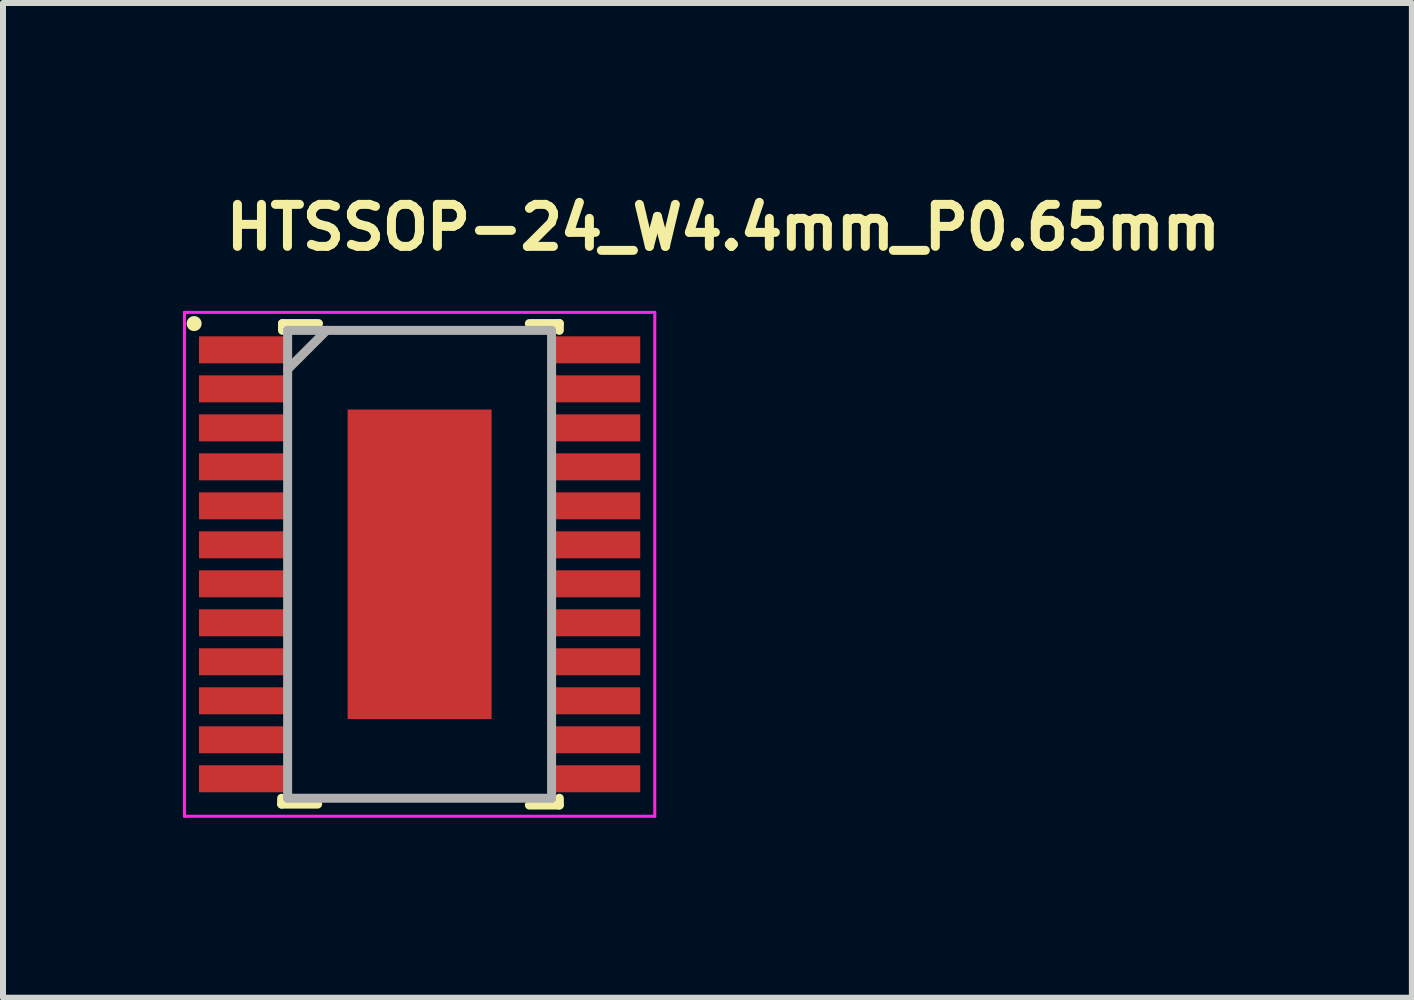
<source format=kicad_pcb>
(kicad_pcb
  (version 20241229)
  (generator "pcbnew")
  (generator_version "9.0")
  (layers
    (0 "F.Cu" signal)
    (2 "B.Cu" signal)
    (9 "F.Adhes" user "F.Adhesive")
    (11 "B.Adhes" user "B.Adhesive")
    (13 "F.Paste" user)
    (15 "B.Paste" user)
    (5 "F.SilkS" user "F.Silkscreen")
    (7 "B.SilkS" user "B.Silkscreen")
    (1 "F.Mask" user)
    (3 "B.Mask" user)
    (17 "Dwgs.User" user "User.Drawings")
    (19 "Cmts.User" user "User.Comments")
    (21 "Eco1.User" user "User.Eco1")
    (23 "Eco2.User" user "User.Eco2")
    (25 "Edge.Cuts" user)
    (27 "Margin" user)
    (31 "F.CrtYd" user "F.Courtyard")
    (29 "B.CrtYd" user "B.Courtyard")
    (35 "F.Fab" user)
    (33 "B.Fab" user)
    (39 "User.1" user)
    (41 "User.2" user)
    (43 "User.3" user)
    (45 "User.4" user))
  (footprint "HTSSOP-24_W4.4mm_P0.65mm"
    (layer "F.Cu")
    (at 3.945 6.357)
    (property "Reference" "HTSSOP-24_W4.4mm_P0.65mm" (at -3.302 -5.207 0) (layer "F.SilkS") (effects (font (size 0.7 0.7) (thickness 0.15)) (justify left bottom)))
    (attr smd)
    (fp_line (start -2.3 3.9) (end -2.3 3.997) (stroke (width 0.15) (type solid)) (layer "F.SilkS"))
    (fp_line (start -2.3 3.997) (end -1.7 3.997) (stroke (width 0.15) (type solid)) (layer "F.SilkS"))
    (fp_line (start -2.286 -4.013) (end -1.686 -4.013) (stroke (width 0.15) (type solid)) (layer "F.SilkS"))
    (fp_line (start -2.286 -3.9) (end -2.286 -4.013) (stroke (width 0.15) (type solid)) (layer "F.SilkS"))
    (fp_line (start 2.329 -4.013) (end 1.829 -4.013) (stroke (width 0.15) (type solid)) (layer "F.SilkS"))
    (fp_line (start 2.329 -3.9) (end 2.329 -4.013) (stroke (width 0.15) (type solid)) (layer "F.SilkS"))
    (fp_line (start 2.329 3.9) (end 2.329 4.013) (stroke (width 0.15) (type solid)) (layer "F.SilkS"))
    (fp_line (start 2.329 4.013) (end 1.829 4.013) (stroke (width 0.15) (type solid)) (layer "F.SilkS"))
    (fp_circle (center -3.759 -4.013) (end -3.709 -4.013) (stroke (width 0.15) (type solid)) (fill yes) (layer "F.SilkS"))
    (fp_line (start -3.92 -4.2) (end 3.92 -4.2) (stroke (width 0.05) (type solid)) (layer "F.CrtYd"))
    (fp_line (start -3.92 4.2) (end -3.92 -4.2) (stroke (width 0.05) (type solid)) (layer "F.CrtYd"))
    (fp_line (start 3.92 -4.2) (end 3.92 4.2) (stroke (width 0.05) (type solid)) (layer "F.CrtYd"))
    (fp_line (start 3.92 4.2) (end -3.92 4.2) (stroke (width 0.05) (type solid)) (layer "F.CrtYd"))
    (fp_line (start -2.2 -3.9) (end 2.2 -3.9) (stroke (width 0.15) (type solid)) (layer "F.Fab"))
    (fp_line (start -2.2 -3.25) (end -1.55 -3.9) (stroke (width 0.15) (type solid)) (layer "F.Fab"))
    (fp_line (start -2.2 3.9) (end -2.2 -3.9) (stroke (width 0.15) (type solid)) (layer "F.Fab"))
    (fp_line (start 2.2 -3.9) (end 2.2 3.9) (stroke (width 0.15) (type solid)) (layer "F.Fab"))
    (fp_line (start 2.2 3.9) (end -2.2 3.9) (stroke (width 0.15) (type solid)) (layer "F.Fab"))
    (fp_rect (start -3.21 -3.9) (end 3.21 3.9) (stroke (width 0.1) (type solid)) (fill no) (layer "User.5"))
    (fp_line (start -3.21 -3.697) (end -3.21 -3.452) (stroke (width 0.02) (type solid)) (layer "User.9"))
    (fp_line (start -3.21 -3.048) (end -3.21 -2.802) (stroke (width 0.02) (type solid)) (layer "User.9"))
    (fp_line (start -3.21 -2.398) (end -3.21 -2.152) (stroke (width 0.02) (type solid)) (layer "User.9"))
    (fp_line (start -3.21 -1.748) (end -3.21 -1.502) (stroke (width 0.02) (type solid)) (layer "User.9"))
    (fp_line (start -3.21 -1.098) (end -3.21 -0.852) (stroke (width 0.02) (type solid)) (layer "User.9"))
    (fp_line (start -3.21 -0.448) (end -3.21 -0.202) (stroke (width 0.02) (type solid)) (layer "User.9"))
    (fp_line (start -3.21 0.202) (end -3.21 0.448) (stroke (width 0.02) (type solid)) (layer "User.9"))
    (fp_line (start -3.21 0.852) (end -3.21 1.098) (stroke (width 0.02) (type solid)) (layer "User.9"))
    (fp_line (start -3.21 1.502) (end -3.21 1.748) (stroke (width 0.02) (type solid)) (layer "User.9"))
    (fp_line (start -3.21 2.152) (end -3.21 2.398) (stroke (width 0.02) (type solid)) (layer "User.9"))
    (fp_line (start -3.21 2.802) (end -3.21 3.048) (stroke (width 0.02) (type solid)) (layer "User.9"))
    (fp_line (start -3.21 3.452) (end -3.21 3.697) (stroke (width 0.02) (type solid)) (layer "User.9"))
    (fp_line (start -2.864 -3.697) (end -3.21 -3.697) (stroke (width 0.02) (type solid)) (layer "User.9"))
    (fp_line (start -2.864 -3.697) (end -2.717 -3.697) (stroke (width 0.02) (type solid)) (layer "User.9"))
    (fp_line (start -2.864 -3.452) (end -3.21 -3.452) (stroke (width 0.02) (type solid)) (layer "User.9"))
    (fp_line (start -2.864 -3.452) (end -2.717 -3.452) (stroke (width 0.02) (type solid)) (layer "User.9"))
    (fp_line (start -2.864 -3.048) (end -3.21 -3.048) (stroke (width 0.02) (type solid)) (layer "User.9"))
    (fp_line (start -2.864 -3.048) (end -2.717 -3.048) (stroke (width 0.02) (type solid)) (layer "User.9"))
    (fp_line (start -2.864 -2.802) (end -3.21 -2.802) (stroke (width 0.02) (type solid)) (layer "User.9"))
    (fp_line (start -2.864 -2.802) (end -2.717 -2.802) (stroke (width 0.02) (type solid)) (layer "User.9"))
    (fp_line (start -2.864 -2.398) (end -3.21 -2.398) (stroke (width 0.02) (type solid)) (layer "User.9"))
    (fp_line (start -2.864 -2.398) (end -2.717 -2.398) (stroke (width 0.02) (type solid)) (layer "User.9"))
    (fp_line (start -2.864 -2.152) (end -3.21 -2.152) (stroke (width 0.02) (type solid)) (layer "User.9"))
    (fp_line (start -2.864 -2.152) (end -2.717 -2.152) (stroke (width 0.02) (type solid)) (layer "User.9"))
    (fp_line (start -2.864 -1.748) (end -3.21 -1.748) (stroke (width 0.02) (type solid)) (layer "User.9"))
    (fp_line (start -2.864 -1.748) (end -2.717 -1.748) (stroke (width 0.02) (type solid)) (layer "User.9"))
    (fp_line (start -2.864 -1.502) (end -3.21 -1.502) (stroke (width 0.02) (type solid)) (layer "User.9"))
    (fp_line (start -2.864 -1.502) (end -2.717 -1.502) (stroke (width 0.02) (type solid)) (layer "User.9"))
    (fp_line (start -2.864 -1.098) (end -3.21 -1.098) (stroke (width 0.02) (type solid)) (layer "User.9"))
    (fp_line (start -2.864 -1.098) (end -2.717 -1.098) (stroke (width 0.02) (type solid)) (layer "User.9"))
    (fp_line (start -2.864 -0.852) (end -3.21 -0.852) (stroke (width 0.02) (type solid)) (layer "User.9"))
    (fp_line (start -2.864 -0.852) (end -2.717 -0.852) (stroke (width 0.02) (type solid)) (layer "User.9"))
    (fp_line (start -2.864 -0.448) (end -3.21 -0.448) (stroke (width 0.02) (type solid)) (layer "User.9"))
    (fp_line (start -2.864 -0.448) (end -2.717 -0.448) (stroke (width 0.02) (type solid)) (layer "User.9"))
    (fp_line (start -2.864 -0.202) (end -3.21 -0.202) (stroke (width 0.02) (type solid)) (layer "User.9"))
    (fp_line (start -2.864 -0.202) (end -2.717 -0.202) (stroke (width 0.02) (type solid)) (layer "User.9"))
    (fp_line (start -2.864 0.202) (end -3.21 0.202) (stroke (width 0.02) (type solid)) (layer "User.9"))
    (fp_line (start -2.864 0.202) (end -2.717 0.202) (stroke (width 0.02) (type solid)) (layer "User.9"))
    (fp_line (start -2.864 0.448) (end -3.21 0.448) (stroke (width 0.02) (type solid)) (layer "User.9"))
    (fp_line (start -2.864 0.448) (end -2.717 0.448) (stroke (width 0.02) (type solid)) (layer "User.9"))
    (fp_line (start -2.864 0.852) (end -3.21 0.852) (stroke (width 0.02) (type solid)) (layer "User.9"))
    (fp_line (start -2.864 0.852) (end -2.717 0.852) (stroke (width 0.02) (type solid)) (layer "User.9"))
    (fp_line (start -2.864 1.098) (end -3.21 1.098) (stroke (width 0.02) (type solid)) (layer "User.9"))
    (fp_line (start -2.864 1.098) (end -2.717 1.098) (stroke (width 0.02) (type solid)) (layer "User.9"))
    (fp_line (start -2.864 1.502) (end -3.21 1.502) (stroke (width 0.02) (type solid)) (layer "User.9"))
    (fp_line (start -2.864 1.502) (end -2.717 1.502) (stroke (width 0.02) (type solid)) (layer "User.9"))
    (fp_line (start -2.864 1.748) (end -3.21 1.748) (stroke (width 0.02) (type solid)) (layer "User.9"))
    (fp_line (start -2.864 1.748) (end -2.717 1.748) (stroke (width 0.02) (type solid)) (layer "User.9"))
    (fp_line (start -2.864 2.152) (end -3.21 2.152) (stroke (width 0.02) (type solid)) (layer "User.9"))
    (fp_line (start -2.864 2.152) (end -2.717 2.152) (stroke (width 0.02) (type solid)) (layer "User.9"))
    (fp_line (start -2.864 2.398) (end -3.21 2.398) (stroke (width 0.02) (type solid)) (layer "User.9"))
    (fp_line (start -2.864 2.398) (end -2.717 2.398) (stroke (width 0.02) (type solid)) (layer "User.9"))
    (fp_line (start -2.864 2.802) (end -3.21 2.802) (stroke (width 0.02) (type solid)) (layer "User.9"))
    (fp_line (start -2.864 2.802) (end -2.717 2.802) (stroke (width 0.02) (type solid)) (layer "User.9"))
    (fp_line (start -2.864 3.048) (end -3.21 3.048) (stroke (width 0.02) (type solid)) (layer "User.9"))
    (fp_line (start -2.864 3.048) (end -2.717 3.048) (stroke (width 0.02) (type solid)) (layer "User.9"))
    (fp_line (start -2.864 3.452) (end -3.21 3.452) (stroke (width 0.02) (type solid)) (layer "User.9"))
    (fp_line (start -2.864 3.452) (end -2.717 3.452) (stroke (width 0.02) (type solid)) (layer "User.9"))
    (fp_line (start -2.864 3.697) (end -3.21 3.697) (stroke (width 0.02) (type solid)) (layer "User.9"))
    (fp_line (start -2.864 3.697) (end -2.717 3.697) (stroke (width 0.02) (type solid)) (layer "User.9"))
    (fp_line (start -2.717 -3.697) (end -2.706 -3.697) (stroke (width 0.02) (type solid)) (layer "User.9"))
    (fp_line (start -2.717 -3.048) (end -2.706 -3.048) (stroke (width 0.02) (type solid)) (layer "User.9"))
    (fp_line (start -2.717 -2.398) (end -2.706 -2.398) (stroke (width 0.02) (type solid)) (layer "User.9"))
    (fp_line (start -2.717 -1.748) (end -2.706 -1.748) (stroke (width 0.02) (type solid)) (layer "User.9"))
    (fp_line (start -2.717 -1.098) (end -2.706 -1.098) (stroke (width 0.02) (type solid)) (layer "User.9"))
    (fp_line (start -2.717 -0.448) (end -2.706 -0.448) (stroke (width 0.02) (type solid)) (layer "User.9"))
    (fp_line (start -2.717 0.202) (end -2.706 0.202) (stroke (width 0.02) (type solid)) (layer "User.9"))
    (fp_line (start -2.717 0.852) (end -2.706 0.852) (stroke (width 0.02) (type solid)) (layer "User.9"))
    (fp_line (start -2.717 1.502) (end -2.706 1.502) (stroke (width 0.02) (type solid)) (layer "User.9"))
    (fp_line (start -2.717 2.152) (end -2.706 2.152) (stroke (width 0.02) (type solid)) (layer "User.9"))
    (fp_line (start -2.717 2.802) (end -2.706 2.802) (stroke (width 0.02) (type solid)) (layer "User.9"))
    (fp_line (start -2.717 3.452) (end -2.706 3.452) (stroke (width 0.02) (type solid)) (layer "User.9"))
    (fp_line (start -2.706 -3.697) (end -2.401 -3.697) (stroke (width 0.02) (type solid)) (layer "User.9"))
    (fp_line (start -2.706 -3.452) (end -2.717 -3.452) (stroke (width 0.02) (type solid)) (layer "User.9"))
    (fp_line (start -2.706 -3.452) (end -2.401 -3.452) (stroke (width 0.02) (type solid)) (layer "User.9"))
    (fp_line (start -2.706 -3.048) (end -2.401 -3.048) (stroke (width 0.02) (type solid)) (layer "User.9"))
    (fp_line (start -2.706 -2.802) (end -2.717 -2.802) (stroke (width 0.02) (type solid)) (layer "User.9"))
    (fp_line (start -2.706 -2.802) (end -2.401 -2.802) (stroke (width 0.02) (type solid)) (layer "User.9"))
    (fp_line (start -2.706 -2.398) (end -2.401 -2.398) (stroke (width 0.02) (type solid)) (layer "User.9"))
    (fp_line (start -2.706 -2.152) (end -2.717 -2.152) (stroke (width 0.02) (type solid)) (layer "User.9"))
    (fp_line (start -2.706 -2.152) (end -2.401 -2.152) (stroke (width 0.02) (type solid)) (layer "User.9"))
    (fp_line (start -2.706 -1.748) (end -2.401 -1.748) (stroke (width 0.02) (type solid)) (layer "User.9"))
    (fp_line (start -2.706 -1.502) (end -2.717 -1.502) (stroke (width 0.02) (type solid)) (layer "User.9"))
    (fp_line (start -2.706 -1.502) (end -2.401 -1.502) (stroke (width 0.02) (type solid)) (layer "User.9"))
    (fp_line (start -2.706 -1.098) (end -2.401 -1.098) (stroke (width 0.02) (type solid)) (layer "User.9"))
    (fp_line (start -2.706 -0.852) (end -2.717 -0.852) (stroke (width 0.02) (type solid)) (layer "User.9"))
    (fp_line (start -2.706 -0.852) (end -2.401 -0.852) (stroke (width 0.02) (type solid)) (layer "User.9"))
    (fp_line (start -2.706 -0.448) (end -2.401 -0.448) (stroke (width 0.02) (type solid)) (layer "User.9"))
    (fp_line (start -2.706 -0.202) (end -2.717 -0.202) (stroke (width 0.02) (type solid)) (layer "User.9"))
    (fp_line (start -2.706 -0.202) (end -2.401 -0.202) (stroke (width 0.02) (type solid)) (layer "User.9"))
    (fp_line (start -2.706 0.202) (end -2.401 0.202) (stroke (width 0.02) (type solid)) (layer "User.9"))
    (fp_line (start -2.706 0.448) (end -2.717 0.448) (stroke (width 0.02) (type solid)) (layer "User.9"))
    (fp_line (start -2.706 0.448) (end -2.401 0.448) (stroke (width 0.02) (type solid)) (layer "User.9"))
    (fp_line (start -2.706 0.852) (end -2.401 0.852) (stroke (width 0.02) (type solid)) (layer "User.9"))
    (fp_line (start -2.706 1.098) (end -2.717 1.098) (stroke (width 0.02) (type solid)) (layer "User.9"))
    (fp_line (start -2.706 1.098) (end -2.401 1.098) (stroke (width 0.02) (type solid)) (layer "User.9"))
    (fp_line (start -2.706 1.502) (end -2.401 1.502) (stroke (width 0.02) (type solid)) (layer "User.9"))
    (fp_line (start -2.706 1.748) (end -2.717 1.748) (stroke (width 0.02) (type solid)) (layer "User.9"))
    (fp_line (start -2.706 1.748) (end -2.401 1.748) (stroke (width 0.02) (type solid)) (layer "User.9"))
    (fp_line (start -2.706 2.152) (end -2.401 2.152) (stroke (width 0.02) (type solid)) (layer "User.9"))
    (fp_line (start -2.706 2.398) (end -2.717 2.398) (stroke (width 0.02) (type solid)) (layer "User.9"))
    (fp_line (start -2.706 2.398) (end -2.401 2.398) (stroke (width 0.02) (type solid)) (layer "User.9"))
    (fp_line (start -2.706 2.802) (end -2.401 2.802) (stroke (width 0.02) (type solid)) (layer "User.9"))
    (fp_line (start -2.706 3.048) (end -2.717 3.048) (stroke (width 0.02) (type solid)) (layer "User.9"))
    (fp_line (start -2.706 3.048) (end -2.401 3.048) (stroke (width 0.02) (type solid)) (layer "User.9"))
    (fp_line (start -2.706 3.452) (end -2.401 3.452) (stroke (width 0.02) (type solid)) (layer "User.9"))
    (fp_line (start -2.706 3.697) (end -2.717 3.697) (stroke (width 0.02) (type solid)) (layer "User.9"))
    (fp_line (start -2.706 3.697) (end -2.401 3.697) (stroke (width 0.02) (type solid)) (layer "User.9"))
    (fp_line (start -2.2 -3.811) (end -2.2 -3.807) (stroke (width 0.02) (type solid)) (layer "User.9"))
    (fp_line (start -2.2 -3.811) (end -2.199 -3.816) (stroke (width 0.02) (type solid)) (layer "User.9"))
    (fp_line (start -2.2 -3.807) (end -2.2 -3.811) (stroke (width 0.02) (type solid)) (layer "User.9"))
    (fp_line (start -2.2 -3.807) (end -2.2 -3.802) (stroke (width 0.02) (type solid)) (layer "User.9"))
    (fp_line (start -2.2 -3.802) (end -2.2 -3.807) (stroke (width 0.02) (type solid)) (layer "User.9"))
    (fp_line (start -2.2 -3.8) (end -2.2 -3.802) (stroke (width 0.02) (type solid)) (layer "User.9"))
    (fp_line (start -2.2 -3.697) (end -2.401 -3.697) (stroke (width 0.02) (type solid)) (layer "User.9"))
    (fp_line (start -2.2 -3.697) (end -2.2 -3.452) (stroke (width 0.02) (type solid)) (layer "User.9"))
    (fp_line (start -2.2 -3.452) (end -2.401 -3.452) (stroke (width 0.02) (type solid)) (layer "User.9"))
    (fp_line (start -2.2 -3.048) (end -2.401 -3.048) (stroke (width 0.02) (type solid)) (layer "User.9"))
    (fp_line (start -2.2 -3.048) (end -2.2 -2.802) (stroke (width 0.02) (type solid)) (layer "User.9"))
    (fp_line (start -2.2 -2.802) (end -2.401 -2.802) (stroke (width 0.02) (type solid)) (layer "User.9"))
    (fp_line (start -2.2 -2.398) (end -2.401 -2.398) (stroke (width 0.02) (type solid)) (layer "User.9"))
    (fp_line (start -2.2 -2.398) (end -2.2 -2.152) (stroke (width 0.02) (type solid)) (layer "User.9"))
    (fp_line (start -2.2 -2.152) (end -2.401 -2.152) (stroke (width 0.02) (type solid)) (layer "User.9"))
    (fp_line (start -2.2 -1.748) (end -2.401 -1.748) (stroke (width 0.02) (type solid)) (layer "User.9"))
    (fp_line (start -2.2 -1.748) (end -2.2 -1.502) (stroke (width 0.02) (type solid)) (layer "User.9"))
    (fp_line (start -2.2 -1.502) (end -2.401 -1.502) (stroke (width 0.02) (type solid)) (layer "User.9"))
    (fp_line (start -2.2 -1.098) (end -2.401 -1.098) (stroke (width 0.02) (type solid)) (layer "User.9"))
    (fp_line (start -2.2 -1.098) (end -2.2 -0.852) (stroke (width 0.02) (type solid)) (layer "User.9"))
    (fp_line (start -2.2 -0.852) (end -2.401 -0.852) (stroke (width 0.02) (type solid)) (layer "User.9"))
    (fp_line (start -2.2 -0.448) (end -2.401 -0.448) (stroke (width 0.02) (type solid)) (layer "User.9"))
    (fp_line (start -2.2 -0.448) (end -2.2 -0.202) (stroke (width 0.02) (type solid)) (layer "User.9"))
    (fp_line (start -2.2 -0.202) (end -2.401 -0.202) (stroke (width 0.02) (type solid)) (layer "User.9"))
    (fp_line (start -2.2 0.202) (end -2.401 0.202) (stroke (width 0.02) (type solid)) (layer "User.9"))
    (fp_line (start -2.2 0.202) (end -2.2 0.448) (stroke (width 0.02) (type solid)) (layer "User.9"))
    (fp_line (start -2.2 0.448) (end -2.401 0.448) (stroke (width 0.02) (type solid)) (layer "User.9"))
    (fp_line (start -2.2 0.852) (end -2.401 0.852) (stroke (width 0.02) (type solid)) (layer "User.9"))
    (fp_line (start -2.2 0.852) (end -2.2 1.098) (stroke (width 0.02) (type solid)) (layer "User.9"))
    (fp_line (start -2.2 1.098) (end -2.401 1.098) (stroke (width 0.02) (type solid)) (layer "User.9"))
    (fp_line (start -2.2 1.502) (end -2.401 1.502) (stroke (width 0.02) (type solid)) (layer "User.9"))
    (fp_line (start -2.2 1.502) (end -2.2 1.748) (stroke (width 0.02) (type solid)) (layer "User.9"))
    (fp_line (start -2.2 1.748) (end -2.401 1.748) (stroke (width 0.02) (type solid)) (layer "User.9"))
    (fp_line (start -2.2 2.152) (end -2.401 2.152) (stroke (width 0.02) (type solid)) (layer "User.9"))
    (fp_line (start -2.2 2.152) (end -2.2 2.398) (stroke (width 0.02) (type solid)) (layer "User.9"))
    (fp_line (start -2.2 2.398) (end -2.401 2.398) (stroke (width 0.02) (type solid)) (layer "User.9"))
    (fp_line (start -2.2 2.802) (end -2.401 2.802) (stroke (width 0.02) (type solid)) (layer "User.9"))
    (fp_line (start -2.2 2.802) (end -2.2 3.048) (stroke (width 0.02) (type solid)) (layer "User.9"))
    (fp_line (start -2.2 3.048) (end -2.401 3.048) (stroke (width 0.02) (type solid)) (layer "User.9"))
    (fp_line (start -2.2 3.452) (end -2.401 3.452) (stroke (width 0.02) (type solid)) (layer "User.9"))
    (fp_line (start -2.2 3.452) (end -2.2 3.697) (stroke (width 0.02) (type solid)) (layer "User.9"))
    (fp_line (start -2.2 3.697) (end -2.401 3.697) (stroke (width 0.02) (type solid)) (layer "User.9"))
    (fp_line (start -2.2 3.8) (end -2.2 -3.8) (stroke (width 0.02) (type solid)) (layer "User.9"))
    (fp_line (start -2.2 3.802) (end -2.2 3.8) (stroke (width 0.02) (type solid)) (layer "User.9"))
    (fp_line (start -2.2 3.802) (end -2.2 3.807) (stroke (width 0.02) (type solid)) (layer "User.9"))
    (fp_line (start -2.2 3.807) (end -2.2 3.802) (stroke (width 0.02) (type solid)) (layer "User.9"))
    (fp_line (start -2.2 3.807) (end -2.2 3.811) (stroke (width 0.02) (type solid)) (layer "User.9"))
    (fp_line (start -2.2 3.811) (end -2.2 3.807) (stroke (width 0.02) (type solid)) (layer "User.9"))
    (fp_line (start -2.2 3.811) (end -2.199 3.816) (stroke (width 0.02) (type solid)) (layer "User.9"))
    (fp_line (start -2.199 -3.816) (end -2.2 -3.811) (stroke (width 0.02) (type solid)) (layer "User.9"))
    (fp_line (start -2.199 -3.816) (end -2.198 -3.821) (stroke (width 0.02) (type solid)) (layer "User.9"))
    (fp_line (start -2.199 3.816) (end -2.2 3.811) (stroke (width 0.02) (type solid)) (layer "User.9"))
    (fp_line (start -2.199 3.816) (end -2.198 3.821) (stroke (width 0.02) (type solid)) (layer "User.9"))
    (fp_line (start -2.198 -3.821) (end -2.199 -3.816) (stroke (width 0.02) (type solid)) (layer "User.9"))
    (fp_line (start -2.198 -3.821) (end -2.197 -3.826) (stroke (width 0.02) (type solid)) (layer "User.9"))
    (fp_line (start -2.198 3.821) (end -2.199 3.816) (stroke (width 0.02) (type solid)) (layer "User.9"))
    (fp_line (start -2.198 3.821) (end -2.197 3.826) (stroke (width 0.02) (type solid)) (layer "User.9"))
    (fp_line (start -2.197 -3.826) (end -2.198 -3.821) (stroke (width 0.02) (type solid)) (layer "User.9"))
    (fp_line (start -2.197 -3.826) (end -2.196 -3.831) (stroke (width 0.02) (type solid)) (layer "User.9"))
    (fp_line (start -2.197 3.826) (end -2.198 3.821) (stroke (width 0.02) (type solid)) (layer "User.9"))
    (fp_line (start -2.197 3.826) (end -2.196 3.831) (stroke (width 0.02) (type solid)) (layer "User.9"))
    (fp_line (start -2.196 -3.831) (end -2.197 -3.826) (stroke (width 0.02) (type solid)) (layer "User.9"))
    (fp_line (start -2.196 -3.831) (end -2.194 -3.835) (stroke (width 0.02) (type solid)) (layer "User.9"))
    (fp_line (start -2.196 3.831) (end -2.197 3.826) (stroke (width 0.02) (type solid)) (layer "User.9"))
    (fp_line (start -2.196 3.831) (end -2.194 3.835) (stroke (width 0.02) (type solid)) (layer "User.9"))
    (fp_line (start -2.194 -3.835) (end -2.196 -3.831) (stroke (width 0.02) (type solid)) (layer "User.9"))
    (fp_line (start -2.194 -3.835) (end -2.193 -3.84) (stroke (width 0.02) (type solid)) (layer "User.9"))
    (fp_line (start -2.194 3.835) (end -2.196 3.831) (stroke (width 0.02) (type solid)) (layer "User.9"))
    (fp_line (start -2.194 3.835) (end -2.193 3.84) (stroke (width 0.02) (type solid)) (layer "User.9"))
    (fp_line (start -2.193 -3.84) (end -2.194 -3.835) (stroke (width 0.02) (type solid)) (layer "User.9"))
    (fp_line (start -2.193 -3.84) (end -2.191 -3.844) (stroke (width 0.02) (type solid)) (layer "User.9"))
    (fp_line (start -2.193 3.84) (end -2.194 3.835) (stroke (width 0.02) (type solid)) (layer "User.9"))
    (fp_line (start -2.193 3.84) (end -2.191 3.844) (stroke (width 0.02) (type solid)) (layer "User.9"))
    (fp_line (start -2.191 -3.844) (end -2.193 -3.84) (stroke (width 0.02) (type solid)) (layer "User.9"))
    (fp_line (start -2.191 -3.844) (end -2.188 -3.848) (stroke (width 0.02) (type solid)) (layer "User.9"))
    (fp_line (start -2.191 3.844) (end -2.193 3.84) (stroke (width 0.02) (type solid)) (layer "User.9"))
    (fp_line (start -2.191 3.844) (end -2.188 3.848) (stroke (width 0.02) (type solid)) (layer "User.9"))
    (fp_line (start -2.188 -3.848) (end -2.191 -3.844) (stroke (width 0.02) (type solid)) (layer "User.9"))
    (fp_line (start -2.188 -3.848) (end -2.186 -3.852) (stroke (width 0.02) (type solid)) (layer "User.9"))
    (fp_line (start -2.188 3.848) (end -2.191 3.844) (stroke (width 0.02) (type solid)) (layer "User.9"))
    (fp_line (start -2.188 3.848) (end -2.186 3.852) (stroke (width 0.02) (type solid)) (layer "User.9"))
    (fp_line (start -2.186 -3.852) (end -2.188 -3.848) (stroke (width 0.02) (type solid)) (layer "User.9"))
    (fp_line (start -2.186 -3.852) (end -2.183 -3.856) (stroke (width 0.02) (type solid)) (layer "User.9"))
    (fp_line (start -2.186 3.852) (end -2.188 3.848) (stroke (width 0.02) (type solid)) (layer "User.9"))
    (fp_line (start -2.186 3.852) (end -2.183 3.856) (stroke (width 0.02) (type solid)) (layer "User.9"))
    (fp_line (start -2.183 -3.856) (end -2.186 -3.852) (stroke (width 0.02) (type solid)) (layer "User.9"))
    (fp_line (start -2.183 -3.856) (end -2.181 -3.86) (stroke (width 0.02) (type solid)) (layer "User.9"))
    (fp_line (start -2.183 3.856) (end -2.186 3.852) (stroke (width 0.02) (type solid)) (layer "User.9"))
    (fp_line (start -2.183 3.856) (end -2.181 3.86) (stroke (width 0.02) (type solid)) (layer "User.9"))
    (fp_line (start -2.181 -3.86) (end -2.183 -3.856) (stroke (width 0.02) (type solid)) (layer "User.9"))
    (fp_line (start -2.181 -3.86) (end -2.178 -3.864) (stroke (width 0.02) (type solid)) (layer "User.9"))
    (fp_line (start -2.181 3.86) (end -2.183 3.856) (stroke (width 0.02) (type solid)) (layer "User.9"))
    (fp_line (start -2.181 3.86) (end -2.178 3.864) (stroke (width 0.02) (type solid)) (layer "User.9"))
    (fp_line (start -2.178 -3.864) (end -2.181 -3.86) (stroke (width 0.02) (type solid)) (layer "User.9"))
    (fp_line (start -2.178 -3.864) (end -2.175 -3.868) (stroke (width 0.02) (type solid)) (layer "User.9"))
    (fp_line (start -2.178 3.864) (end -2.181 3.86) (stroke (width 0.02) (type solid)) (layer "User.9"))
    (fp_line (start -2.178 3.864) (end -2.175 3.868) (stroke (width 0.02) (type solid)) (layer "User.9"))
    (fp_line (start -2.175 -3.868) (end -2.178 -3.864) (stroke (width 0.02) (type solid)) (layer "User.9"))
    (fp_line (start -2.175 -3.868) (end -2.171 -3.871) (stroke (width 0.02) (type solid)) (layer "User.9"))
    (fp_line (start -2.175 3.868) (end -2.178 3.864) (stroke (width 0.02) (type solid)) (layer "User.9"))
    (fp_line (start -2.175 3.868) (end -2.171 3.871) (stroke (width 0.02) (type solid)) (layer "User.9"))
    (fp_line (start -2.171 -3.871) (end -2.175 -3.868) (stroke (width 0.02) (type solid)) (layer "User.9"))
    (fp_line (start -2.171 -3.871) (end -2.168 -3.875) (stroke (width 0.02) (type solid)) (layer "User.9"))
    (fp_line (start -2.171 3.871) (end -2.175 3.868) (stroke (width 0.02) (type solid)) (layer "User.9"))
    (fp_line (start -2.171 3.871) (end -2.168 3.875) (stroke (width 0.02) (type solid)) (layer "User.9"))
    (fp_line (start -2.168 -3.875) (end -2.171 -3.871) (stroke (width 0.02) (type solid)) (layer "User.9"))
    (fp_line (start -2.168 -3.875) (end -2.164 -3.878) (stroke (width 0.02) (type solid)) (layer "User.9"))
    (fp_line (start -2.168 3.875) (end -2.171 3.871) (stroke (width 0.02) (type solid)) (layer "User.9"))
    (fp_line (start -2.168 3.875) (end -2.164 3.878) (stroke (width 0.02) (type solid)) (layer "User.9"))
    (fp_line (start -2.164 -3.878) (end -2.168 -3.875) (stroke (width 0.02) (type solid)) (layer "User.9"))
    (fp_line (start -2.164 -3.878) (end -2.16 -3.881) (stroke (width 0.02) (type solid)) (layer "User.9"))
    (fp_line (start -2.164 3.878) (end -2.168 3.875) (stroke (width 0.02) (type solid)) (layer "User.9"))
    (fp_line (start -2.164 3.878) (end -2.16 3.881) (stroke (width 0.02) (type solid)) (layer "User.9"))
    (fp_line (start -2.16 -3.881) (end -2.164 -3.878) (stroke (width 0.02) (type solid)) (layer "User.9"))
    (fp_line (start -2.16 -3.881) (end -2.156 -3.883) (stroke (width 0.02) (type solid)) (layer "User.9"))
    (fp_line (start -2.16 3.881) (end -2.164 3.878) (stroke (width 0.02) (type solid)) (layer "User.9"))
    (fp_line (start -2.16 3.881) (end -2.156 3.883) (stroke (width 0.02) (type solid)) (layer "User.9"))
    (fp_line (start -2.156 -3.883) (end -2.16 -3.881) (stroke (width 0.02) (type solid)) (layer "User.9"))
    (fp_line (start -2.156 -3.883) (end -2.152 -3.886) (stroke (width 0.02) (type solid)) (layer "User.9"))
    (fp_line (start -2.156 3.883) (end -2.16 3.881) (stroke (width 0.02) (type solid)) (layer "User.9"))
    (fp_line (start -2.156 3.883) (end -2.152 3.886) (stroke (width 0.02) (type solid)) (layer "User.9"))
    (fp_line (start -2.152 -3.886) (end -2.156 -3.883) (stroke (width 0.02) (type solid)) (layer "User.9"))
    (fp_line (start -2.152 -3.886) (end -2.148 -3.888) (stroke (width 0.02) (type solid)) (layer "User.9"))
    (fp_line (start -2.152 3.886) (end -2.156 3.883) (stroke (width 0.02) (type solid)) (layer "User.9"))
    (fp_line (start -2.152 3.886) (end -2.148 3.888) (stroke (width 0.02) (type solid)) (layer "User.9"))
    (fp_line (start -2.148 -3.888) (end -2.152 -3.886) (stroke (width 0.02) (type solid)) (layer "User.9"))
    (fp_line (start -2.148 -3.888) (end -2.144 -3.891) (stroke (width 0.02) (type solid)) (layer "User.9"))
    (fp_line (start -2.148 -3.76) (end -2.147 -3.765) (stroke (width 0.02) (type solid)) (layer "User.9"))
    (fp_line (start -2.148 -3.755) (end -2.148 -3.76) (stroke (width 0.02) (type solid)) (layer "User.9"))
    (fp_line (start -2.148 -3.75) (end -2.148 -3.755) (stroke (width 0.02) (type solid)) (layer "User.9"))
    (fp_line (start -2.148 3.75) (end -2.05 3.75) (stroke (width 0.02) (type solid)) (layer "User.9"))
    (fp_line (start -2.148 3.755) (end -2.148 3.75) (stroke (width 0.02) (type solid)) (layer "User.9"))
    (fp_line (start -2.148 3.76) (end -2.148 3.755) (stroke (width 0.02) (type solid)) (layer "User.9"))
    (fp_line (start -2.148 3.888) (end -2.152 3.886) (stroke (width 0.02) (type solid)) (layer "User.9"))
    (fp_line (start -2.148 3.888) (end -2.144 3.891) (stroke (width 0.02) (type solid)) (layer "User.9"))
    (fp_line (start -2.147 -3.765) (end -2.146 -3.769) (stroke (width 0.02) (type solid)) (layer "User.9"))
    (fp_line (start -2.147 3.765) (end -2.148 3.76) (stroke (width 0.02) (type solid)) (layer "User.9"))
    (fp_line (start -2.146 -3.769) (end -2.145 -3.774) (stroke (width 0.02) (type solid)) (layer "User.9"))
    (fp_line (start -2.146 3.769) (end -2.147 3.765) (stroke (width 0.02) (type solid)) (layer "User.9"))
    (fp_line (start -2.145 -3.774) (end -2.143 -3.779) (stroke (width 0.02) (type solid)) (layer "User.9"))
    (fp_line (start -2.145 3.774) (end -2.146 3.769) (stroke (width 0.02) (type solid)) (layer "User.9"))
    (fp_line (start -2.144 -3.891) (end -2.148 -3.888) (stroke (width 0.02) (type solid)) (layer "User.9"))
    (fp_line (start -2.144 -3.891) (end -2.14 -3.893) (stroke (width 0.02) (type solid)) (layer "User.9"))
    (fp_line (start -2.144 3.891) (end -2.148 3.888) (stroke (width 0.02) (type solid)) (layer "User.9"))
    (fp_line (start -2.144 3.891) (end -2.14 3.893) (stroke (width 0.02) (type solid)) (layer "User.9"))
    (fp_line (start -2.143 -3.779) (end -2.142 -3.783) (stroke (width 0.02) (type solid)) (layer "User.9"))
    (fp_line (start -2.143 3.779) (end -2.145 3.774) (stroke (width 0.02) (type solid)) (layer "User.9"))
    (fp_line (start -2.142 -3.783) (end -2.14 -3.788) (stroke (width 0.02) (type solid)) (layer "User.9"))
    (fp_line (start -2.142 3.783) (end -2.143 3.779) (stroke (width 0.02) (type solid)) (layer "User.9"))
    (fp_line (start -2.14 -3.893) (end -2.144 -3.891) (stroke (width 0.02) (type solid)) (layer "User.9"))
    (fp_line (start -2.14 -3.893) (end -2.135 -3.894) (stroke (width 0.02) (type solid)) (layer "User.9"))
    (fp_line (start -2.14 -3.788) (end -2.138 -3.792) (stroke (width 0.02) (type solid)) (layer "User.9"))
    (fp_line (start -2.14 3.788) (end -2.142 3.783) (stroke (width 0.02) (type solid)) (layer "User.9"))
    (fp_line (start -2.14 3.893) (end -2.144 3.891) (stroke (width 0.02) (type solid)) (layer "User.9"))
    (fp_line (start -2.14 3.893) (end -2.135 3.894) (stroke (width 0.02) (type solid)) (layer "User.9"))
    (fp_line (start -2.138 -3.792) (end -2.136 -3.796) (stroke (width 0.02) (type solid)) (layer "User.9"))
    (fp_line (start -2.138 3.792) (end -2.14 3.788) (stroke (width 0.02) (type solid)) (layer "User.9"))
    (fp_line (start -2.136 -3.796) (end -2.133 -3.8) (stroke (width 0.02) (type solid)) (layer "User.9"))
    (fp_line (start -2.136 3.796) (end -2.138 3.792) (stroke (width 0.02) (type solid)) (layer "User.9"))
    (fp_line (start -2.135 -3.894) (end -2.14 -3.893) (stroke (width 0.02) (type solid)) (layer "User.9"))
    (fp_line (start -2.135 -3.894) (end -2.131 -3.896) (stroke (width 0.02) (type solid)) (layer "User.9"))
    (fp_line (start -2.135 3.894) (end -2.14 3.893) (stroke (width 0.02) (type solid)) (layer "User.9"))
    (fp_line (start -2.135 3.894) (end -2.131 3.896) (stroke (width 0.02) (type solid)) (layer "User.9"))
    (fp_line (start -2.133 -3.8) (end -2.131 -3.804) (stroke (width 0.02) (type solid)) (layer "User.9"))
    (fp_line (start -2.133 3.8) (end -2.136 3.796) (stroke (width 0.02) (type solid)) (layer "User.9"))
    (fp_line (start -2.131 -3.896) (end -2.135 -3.894) (stroke (width 0.02) (type solid)) (layer "User.9"))
    (fp_line (start -2.131 -3.896) (end -2.126 -3.897) (stroke (width 0.02) (type solid)) (layer "User.9"))
    (fp_line (start -2.131 -3.804) (end -2.128 -3.808) (stroke (width 0.02) (type solid)) (layer "User.9"))
    (fp_line (start -2.131 3.804) (end -2.133 3.8) (stroke (width 0.02) (type solid)) (layer "User.9"))
    (fp_line (start -2.131 3.896) (end -2.135 3.894) (stroke (width 0.02) (type solid)) (layer "User.9"))
    (fp_line (start -2.131 3.896) (end -2.126 3.897) (stroke (width 0.02) (type solid)) (layer "User.9"))
    (fp_line (start -2.128 -3.808) (end -2.125 -3.812) (stroke (width 0.02) (type solid)) (layer "User.9"))
    (fp_line (start -2.128 3.808) (end -2.131 3.804) (stroke (width 0.02) (type solid)) (layer "User.9"))
    (fp_line (start -2.126 -3.897) (end -2.131 -3.896) (stroke (width 0.02) (type solid)) (layer "User.9"))
    (fp_line (start -2.126 -3.897) (end -2.121 -3.898) (stroke (width 0.02) (type solid)) (layer "User.9"))
    (fp_line (start -2.126 3.897) (end -2.131 3.896) (stroke (width 0.02) (type solid)) (layer "User.9"))
    (fp_line (start -2.126 3.897) (end -2.121 3.898) (stroke (width 0.02) (type solid)) (layer "User.9"))
    (fp_line (start -2.125 -3.812) (end -2.122 -3.815) (stroke (width 0.02) (type solid)) (layer "User.9"))
    (fp_line (start -2.125 3.812) (end -2.128 3.808) (stroke (width 0.02) (type solid)) (layer "User.9"))
    (fp_line (start -2.122 -3.815) (end -2.119 -3.819) (stroke (width 0.02) (type solid)) (layer "User.9"))
    (fp_line (start -2.122 3.815) (end -2.125 3.812) (stroke (width 0.02) (type solid)) (layer "User.9"))
    (fp_line (start -2.121 -3.898) (end -2.126 -3.897) (stroke (width 0.02) (type solid)) (layer "User.9"))
    (fp_line (start -2.121 -3.898) (end -2.116 -3.899) (stroke (width 0.02) (type solid)) (layer "User.9"))
    (fp_line (start -2.121 3.898) (end -2.126 3.897) (stroke (width 0.02) (type solid)) (layer "User.9"))
    (fp_line (start -2.121 3.898) (end -2.116 3.899) (stroke (width 0.02) (type solid)) (layer "User.9"))
    (fp_line (start -2.119 -3.819) (end -2.115 -3.822) (stroke (width 0.02) (type solid)) (layer "User.9"))
    (fp_line (start -2.119 3.819) (end -2.122 3.815) (stroke (width 0.02) (type solid)) (layer "User.9"))
    (fp_line (start -2.116 -3.899) (end -2.121 -3.898) (stroke (width 0.02) (type solid)) (layer "User.9"))
    (fp_line (start -2.116 -3.899) (end -2.111 -3.9) (stroke (width 0.02) (type solid)) (layer "User.9"))
    (fp_line (start -2.116 3.899) (end -2.121 3.898) (stroke (width 0.02) (type solid)) (layer "User.9"))
    (fp_line (start -2.116 3.899) (end -2.111 3.9) (stroke (width 0.02) (type solid)) (layer "User.9"))
    (fp_line (start -2.115 -3.822) (end -2.112 -3.825) (stroke (width 0.02) (type solid)) (layer "User.9"))
    (fp_line (start -2.115 3.822) (end -2.119 3.819) (stroke (width 0.02) (type solid)) (layer "User.9"))
    (fp_line (start -2.112 -3.825) (end -2.108 -3.828) (stroke (width 0.02) (type solid)) (layer "User.9"))
    (fp_line (start -2.112 3.825) (end -2.115 3.822) (stroke (width 0.02) (type solid)) (layer "User.9"))
    (fp_line (start -2.111 -3.9) (end -2.116 -3.899) (stroke (width 0.02) (type solid)) (layer "User.9"))
    (fp_line (start -2.111 -3.9) (end -2.107 -3.9) (stroke (width 0.02) (type solid)) (layer "User.9"))
    (fp_line (start -2.111 3.9) (end -2.116 3.899) (stroke (width 0.02) (type solid)) (layer "User.9"))
    (fp_line (start -2.111 3.9) (end -2.107 3.9) (stroke (width 0.02) (type solid)) (layer "User.9"))
    (fp_line (start -2.108 -3.828) (end -2.104 -3.831) (stroke (width 0.02) (type solid)) (layer "User.9"))
    (fp_line (start -2.108 3.828) (end -2.112 3.825) (stroke (width 0.02) (type solid)) (layer "User.9"))
    (fp_line (start -2.107 -3.9) (end -2.111 -3.9) (stroke (width 0.02) (type solid)) (layer "User.9"))
    (fp_line (start -2.107 -3.9) (end -2.102 -3.9) (stroke (width 0.02) (type solid)) (layer "User.9"))
    (fp_line (start -2.107 3.9) (end -2.111 3.9) (stroke (width 0.02) (type solid)) (layer "User.9"))
    (fp_line (start -2.107 3.9) (end -2.102 3.9) (stroke (width 0.02) (type solid)) (layer "User.9"))
    (fp_line (start -2.104 -3.831) (end -2.1 -3.833) (stroke (width 0.02) (type solid)) (layer "User.9"))
    (fp_line (start -2.104 3.831) (end -2.108 3.828) (stroke (width 0.02) (type solid)) (layer "User.9"))
    (fp_line (start -2.102 -3.9) (end -2.107 -3.9) (stroke (width 0.02) (type solid)) (layer "User.9"))
    (fp_line (start -2.102 -3.9) (end -2.1 -3.9) (stroke (width 0.02) (type solid)) (layer "User.9"))
    (fp_line (start -2.102 3.9) (end -2.107 3.9) (stroke (width 0.02) (type solid)) (layer "User.9"))
    (fp_line (start -2.1 -3.833) (end -2.096 -3.836) (stroke (width 0.02) (type solid)) (layer "User.9"))
    (fp_line (start -2.1 3.833) (end -2.104 3.831) (stroke (width 0.02) (type solid)) (layer "User.9"))
    (fp_line (start -2.1 3.9) (end -2.102 3.9) (stroke (width 0.02) (type solid)) (layer "User.9"))
    (fp_line (start -2.096 -3.836) (end -2.092 -3.838) (stroke (width 0.02) (type solid)) (layer "User.9"))
    (fp_line (start -2.096 3.836) (end -2.1 3.833) (stroke (width 0.02) (type solid)) (layer "User.9"))
    (fp_line (start -2.092 -3.838) (end -2.088 -3.84) (stroke (width 0.02) (type solid)) (layer "User.9"))
    (fp_line (start -2.092 3.838) (end -2.096 3.836) (stroke (width 0.02) (type solid)) (layer "User.9"))
    (fp_line (start -2.088 -3.84) (end -2.083 -3.842) (stroke (width 0.02) (type solid)) (layer "User.9"))
    (fp_line (start -2.088 3.84) (end -2.092 3.838) (stroke (width 0.02) (type solid)) (layer "User.9"))
    (fp_line (start -2.083 -3.842) (end -2.079 -3.843) (stroke (width 0.02) (type solid)) (layer "User.9"))
    (fp_line (start -2.083 3.842) (end -2.088 3.84) (stroke (width 0.02) (type solid)) (layer "User.9"))
    (fp_line (start -2.079 -3.843) (end -2.074 -3.845) (stroke (width 0.02) (type solid)) (layer "User.9"))
    (fp_line (start -2.079 3.843) (end -2.083 3.842) (stroke (width 0.02) (type solid)) (layer "User.9"))
    (fp_line (start -2.074 -3.845) (end -2.069 -3.846) (stroke (width 0.02) (type solid)) (layer "User.9"))
    (fp_line (start -2.074 3.845) (end -2.079 3.843) (stroke (width 0.02) (type solid)) (layer "User.9"))
    (fp_line (start -2.069 -3.846) (end -2.065 -3.847) (stroke (width 0.02) (type solid)) (layer "User.9"))
    (fp_line (start -2.069 3.846) (end -2.074 3.845) (stroke (width 0.02) (type solid)) (layer "User.9"))
    (fp_line (start -2.065 -3.847) (end -2.06 -3.848) (stroke (width 0.02) (type solid)) (layer "User.9"))
    (fp_line (start -2.065 3.847) (end -2.069 3.846) (stroke (width 0.02) (type solid)) (layer "User.9"))
    (fp_line (start -2.06 -3.848) (end -2.055 -3.848) (stroke (width 0.02) (type solid)) (layer "User.9"))
    (fp_line (start -2.06 3.848) (end -2.065 3.847) (stroke (width 0.02) (type solid)) (layer "User.9"))
    (fp_line (start -2.055 -3.848) (end -2.05 -3.848) (stroke (width 0.02) (type solid)) (layer "User.9"))
    (fp_line (start -2.055 3.848) (end -2.06 3.848) (stroke (width 0.02) (type solid)) (layer "User.9"))
    (fp_line (start -2.05 -3.848) (end -2.05 -3.75) (stroke (width 0.02) (type solid)) (layer "User.9"))
    (fp_line (start -2.05 3.848) (end -2.055 3.848) (stroke (width 0.02) (type solid)) (layer "User.9"))
    (fp_line (start -1.8 -3) (end -1.799 -3.026) (stroke (width 0.02) (type solid)) (layer "User.9"))
    (fp_line (start -1.799 -3.026) (end -1.797 -3.052) (stroke (width 0.02) (type solid)) (layer "User.9"))
    (fp_line (start -1.799 -2.974) (end -1.8 -3) (stroke (width 0.02) (type solid)) (layer "User.9"))
    (fp_line (start -1.797 -3.052) (end -1.792 -3.077) (stroke (width 0.02) (type solid)) (layer "User.9"))
    (fp_line (start -1.797 -2.948) (end -1.799 -2.974) (stroke (width 0.02) (type solid)) (layer "User.9"))
    (fp_line (start -1.792 -3.077) (end -1.787 -3.103) (stroke (width 0.02) (type solid)) (layer "User.9"))
    (fp_line (start -1.792 -2.923) (end -1.797 -2.948) (stroke (width 0.02) (type solid)) (layer "User.9"))
    (fp_line (start -1.787 -3.103) (end -1.779 -3.128) (stroke (width 0.02) (type solid)) (layer "User.9"))
    (fp_line (start -1.787 -2.897) (end -1.792 -2.923) (stroke (width 0.02) (type solid)) (layer "User.9"))
    (fp_line (start -1.779 -3.128) (end -1.77 -3.152) (stroke (width 0.02) (type solid)) (layer "User.9"))
    (fp_line (start -1.779 -2.872) (end -1.787 -2.897) (stroke (width 0.02) (type solid)) (layer "User.9"))
    (fp_line (start -1.77 -3.152) (end -1.759 -3.176) (stroke (width 0.02) (type solid)) (layer "User.9"))
    (fp_line (start -1.77 -2.848) (end -1.779 -2.872) (stroke (width 0.02) (type solid)) (layer "User.9"))
    (fp_line (start -1.759 -3.176) (end -1.746 -3.2) (stroke (width 0.02) (type solid)) (layer "User.9"))
    (fp_line (start -1.759 -2.824) (end -1.77 -2.848) (stroke (width 0.02) (type solid)) (layer "User.9"))
    (fp_line (start -1.746 -3.2) (end -1.746 -3.2) (stroke (width 0.02) (type solid)) (layer "User.9"))
    (fp_line (start -1.746 -3.2) (end -1.74 -3.211) (stroke (width 0.02) (type solid)) (layer "User.9"))
    (fp_line (start -1.746 -2.8) (end -1.759 -2.824) (stroke (width 0.02) (type solid)) (layer "User.9"))
    (fp_line (start -1.746 -2.8) (end -1.746 -2.8) (stroke (width 0.02) (type solid)) (layer "User.9"))
    (fp_line (start -1.74 -3.211) (end -1.732 -3.223) (stroke (width 0.02) (type solid)) (layer "User.9"))
    (fp_line (start -1.732 -3.223) (end -1.725 -3.234) (stroke (width 0.02) (type solid)) (layer "User.9"))
    (fp_line (start -1.732 -2.777) (end -1.746 -2.8) (stroke (width 0.02) (type solid)) (layer "User.9"))
    (fp_line (start -1.725 -3.234) (end -1.717 -3.244) (stroke (width 0.02) (type solid)) (layer "User.9"))
    (fp_line (start -1.717 -3.244) (end -1.709 -3.254) (stroke (width 0.02) (type solid)) (layer "User.9"))
    (fp_line (start -1.717 -2.756) (end -1.732 -2.777) (stroke (width 0.02) (type solid)) (layer "User.9"))
    (fp_line (start -1.709 -3.254) (end -1.7 -3.264) (stroke (width 0.02) (type solid)) (layer "User.9"))
    (fp_line (start -1.7 -3.264) (end -1.691 -3.274) (stroke (width 0.02) (type solid)) (layer "User.9"))
    (fp_line (start -1.7 -2.736) (end -1.717 -2.756) (stroke (width 0.02) (type solid)) (layer "User.9"))
    (fp_line (start -1.691 -3.274) (end -1.682 -3.283) (stroke (width 0.02) (type solid)) (layer "User.9"))
    (fp_line (start -1.682 -3.283) (end -1.673 -3.293) (stroke (width 0.02) (type solid)) (layer "User.9"))
    (fp_line (start -1.682 -2.717) (end -1.7 -2.736) (stroke (width 0.02) (type solid)) (layer "User.9"))
    (fp_line (start -1.673 -3.293) (end -1.663 -3.301) (stroke (width 0.02) (type solid)) (layer "User.9"))
    (fp_line (start -1.663 -3.301) (end -1.653 -3.31) (stroke (width 0.02) (type solid)) (layer "User.9"))
    (fp_line (start -1.663 -2.699) (end -1.682 -2.717) (stroke (width 0.02) (type solid)) (layer "User.9"))
    (fp_line (start -1.653 -3.31) (end -1.643 -3.318) (stroke (width 0.02) (type solid)) (layer "User.9"))
    (fp_line (start -1.643 -3.318) (end -1.633 -3.325) (stroke (width 0.02) (type solid)) (layer "User.9"))
    (fp_line (start -1.643 -2.682) (end -1.663 -2.699) (stroke (width 0.02) (type solid)) (layer "User.9"))
    (fp_line (start -1.633 -3.325) (end -1.622 -3.333) (stroke (width 0.02) (type solid)) (layer "User.9"))
    (fp_line (start -1.622 -3.333) (end -1.611 -3.34) (stroke (width 0.02) (type solid)) (layer "User.9"))
    (fp_line (start -1.622 -2.667) (end -1.643 -2.682) (stroke (width 0.02) (type solid)) (layer "User.9"))
    (fp_line (start -1.611 -3.34) (end -1.6 -3.346) (stroke (width 0.02) (type solid)) (layer "User.9"))
    (fp_line (start -1.6 -3.346) (end -1.589 -3.353) (stroke (width 0.02) (type solid)) (layer "User.9"))
    (fp_line (start -1.6 -2.654) (end -1.622 -2.667) (stroke (width 0.02) (type solid)) (layer "User.9"))
    (fp_line (start -1.589 -3.353) (end -1.577 -3.359) (stroke (width 0.02) (type solid)) (layer "User.9"))
    (fp_line (start -1.577 -3.359) (end -1.565 -3.364) (stroke (width 0.02) (type solid)) (layer "User.9"))
    (fp_line (start -1.577 -2.641) (end -1.6 -2.654) (stroke (width 0.02) (type solid)) (layer "User.9"))
    (fp_line (start -1.565 -3.364) (end -1.554 -3.369) (stroke (width 0.02) (type solid)) (layer "User.9"))
    (fp_line (start -1.554 -3.369) (end -1.542 -3.374) (stroke (width 0.02) (type solid)) (layer "User.9"))
    (fp_line (start -1.554 -2.631) (end -1.577 -2.641) (stroke (width 0.02) (type solid)) (layer "User.9"))
    (fp_line (start -1.542 -3.374) (end -1.529 -3.379) (stroke (width 0.02) (type solid)) (layer "User.9"))
    (fp_line (start -1.529 -3.379) (end -1.517 -3.383) (stroke (width 0.02) (type solid)) (layer "User.9"))
    (fp_line (start -1.529 -2.621) (end -1.554 -2.631) (stroke (width 0.02) (type solid)) (layer "User.9"))
    (fp_line (start -1.517 -3.383) (end -1.504 -3.386) (stroke (width 0.02) (type solid)) (layer "User.9"))
    (fp_line (start -1.504 -3.386) (end -1.492 -3.389) (stroke (width 0.02) (type solid)) (layer "User.9"))
    (fp_line (start -1.504 -2.614) (end -1.529 -2.621) (stroke (width 0.02) (type solid)) (layer "User.9"))
    (fp_line (start -1.492 -3.389) (end -1.479 -3.392) (stroke (width 0.02) (type solid)) (layer "User.9"))
    (fp_line (start -1.479 -3.392) (end -1.466 -3.395) (stroke (width 0.02) (type solid)) (layer "User.9"))
    (fp_line (start -1.479 -2.608) (end -1.504 -2.614) (stroke (width 0.02) (type solid)) (layer "User.9"))
    (fp_line (start -1.466 -3.395) (end -1.453 -3.396) (stroke (width 0.02) (type solid)) (layer "User.9"))
    (fp_line (start -1.453 -3.396) (end -1.44 -3.398) (stroke (width 0.02) (type solid)) (layer "User.9"))
    (fp_line (start -1.453 -2.604) (end -1.479 -2.608) (stroke (width 0.02) (type solid)) (layer "User.9"))
    (fp_line (start -1.44 -3.398) (end -1.427 -3.399) (stroke (width 0.02) (type solid)) (layer "User.9"))
    (fp_line (start -1.427 -3.399) (end -1.413 -3.4) (stroke (width 0.02) (type solid)) (layer "User.9"))
    (fp_line (start -1.427 -2.601) (end -1.453 -2.604) (stroke (width 0.02) (type solid)) (layer "User.9"))
    (fp_line (start -1.413 -3.4) (end -1.4 -3.4) (stroke (width 0.02) (type solid)) (layer "User.9"))
    (fp_line (start -1.4 -3.4) (end -1.373 -3.399) (stroke (width 0.02) (type solid)) (layer "User.9"))
    (fp_line (start -1.4 -2.6) (end -1.427 -2.601) (stroke (width 0.02) (type solid)) (layer "User.9"))
    (fp_line (start -1.387 -2.6) (end -1.4 -2.6) (stroke (width 0.02) (type solid)) (layer "User.9"))
    (fp_line (start -1.373 -3.399) (end -1.347 -3.396) (stroke (width 0.02) (type solid)) (layer "User.9"))
    (fp_line (start -1.373 -2.601) (end -1.387 -2.6) (stroke (width 0.02) (type solid)) (layer "User.9"))
    (fp_line (start -1.36 -2.602) (end -1.373 -2.601) (stroke (width 0.02) (type solid)) (layer "User.9"))
    (fp_line (start -1.347 -3.396) (end -1.321 -3.392) (stroke (width 0.02) (type solid)) (layer "User.9"))
    (fp_line (start -1.347 -2.604) (end -1.36 -2.602) (stroke (width 0.02) (type solid)) (layer "User.9"))
    (fp_line (start -1.334 -2.605) (end -1.347 -2.604) (stroke (width 0.02) (type solid)) (layer "User.9"))
    (fp_line (start -1.321 -3.392) (end -1.296 -3.386) (stroke (width 0.02) (type solid)) (layer "User.9"))
    (fp_line (start -1.321 -2.608) (end -1.334 -2.605) (stroke (width 0.02) (type solid)) (layer "User.9"))
    (fp_line (start -1.308 -2.611) (end -1.321 -2.608) (stroke (width 0.02) (type solid)) (layer "User.9"))
    (fp_line (start -1.296 -3.386) (end -1.271 -3.379) (stroke (width 0.02) (type solid)) (layer "User.9"))
    (fp_line (start -1.296 -2.614) (end -1.308 -2.611) (stroke (width 0.02) (type solid)) (layer "User.9"))
    (fp_line (start -1.283 -2.617) (end -1.296 -2.614) (stroke (width 0.02) (type solid)) (layer "User.9"))
    (fp_line (start -1.271 -3.379) (end -1.246 -3.369) (stroke (width 0.02) (type solid)) (layer "User.9"))
    (fp_line (start -1.271 -2.621) (end -1.283 -2.617) (stroke (width 0.02) (type solid)) (layer "User.9"))
    (fp_line (start -1.258 -2.626) (end -1.271 -2.621) (stroke (width 0.02) (type solid)) (layer "User.9"))
    (fp_line (start -1.246 -3.369) (end -1.223 -3.359) (stroke (width 0.02) (type solid)) (layer "User.9"))
    (fp_line (start -1.246 -2.631) (end -1.258 -2.626) (stroke (width 0.02) (type solid)) (layer "User.9"))
    (fp_line (start -1.235 -2.636) (end -1.246 -2.631) (stroke (width 0.02) (type solid)) (layer "User.9"))
    (fp_line (start -1.223 -3.359) (end -1.2 -3.346) (stroke (width 0.02) (type solid)) (layer "User.9"))
    (fp_line (start -1.223 -2.641) (end -1.235 -2.636) (stroke (width 0.02) (type solid)) (layer "User.9"))
    (fp_line (start -1.211 -2.647) (end -1.223 -2.641) (stroke (width 0.02) (type solid)) (layer "User.9"))
    (fp_line (start -1.2 -3.346) (end -1.178 -3.333) (stroke (width 0.02) (type solid)) (layer "User.9"))
    (fp_line (start -1.2 -2.654) (end -1.211 -2.647) (stroke (width 0.02) (type solid)) (layer "User.9"))
    (fp_line (start -1.189 -2.66) (end -1.2 -2.654) (stroke (width 0.02) (type solid)) (layer "User.9"))
    (fp_line (start -1.178 -3.333) (end -1.157 -3.318) (stroke (width 0.02) (type solid)) (layer "User.9"))
    (fp_line (start -1.178 -2.667) (end -1.189 -2.66) (stroke (width 0.02) (type solid)) (layer "User.9"))
    (fp_line (start -1.167 -2.675) (end -1.178 -2.667) (stroke (width 0.02) (type solid)) (layer "User.9"))
    (fp_line (start -1.157 -3.318) (end -1.137 -3.301) (stroke (width 0.02) (type solid)) (layer "User.9"))
    (fp_line (start -1.157 -2.682) (end -1.167 -2.675) (stroke (width 0.02) (type solid)) (layer "User.9"))
    (fp_line (start -1.147 -2.69) (end -1.157 -2.682) (stroke (width 0.02) (type solid)) (layer "User.9"))
    (fp_line (start -1.137 -3.301) (end -1.118 -3.283) (stroke (width 0.02) (type solid)) (layer "User.9"))
    (fp_line (start -1.137 -2.699) (end -1.147 -2.69) (stroke (width 0.02) (type solid)) (layer "User.9"))
    (fp_line (start -1.127 -2.707) (end -1.137 -2.699) (stroke (width 0.02) (type solid)) (layer "User.9"))
    (fp_line (start -1.118 -3.283) (end -1.1 -3.264) (stroke (width 0.02) (type solid)) (layer "User.9"))
    (fp_line (start -1.118 -2.717) (end -1.127 -2.707) (stroke (width 0.02) (type solid)) (layer "User.9"))
    (fp_line (start -1.109 -2.726) (end -1.118 -2.717) (stroke (width 0.02) (type solid)) (layer "User.9"))
    (fp_line (start -1.1 -3.264) (end -1.083 -3.244) (stroke (width 0.02) (type solid)) (layer "User.9"))
    (fp_line (start -1.1 -2.736) (end -1.109 -2.726) (stroke (width 0.02) (type solid)) (layer "User.9"))
    (fp_line (start -1.091 -2.746) (end -1.1 -2.736) (stroke (width 0.02) (type solid)) (layer "User.9"))
    (fp_line (start -1.083 -3.244) (end -1.068 -3.223) (stroke (width 0.02) (type solid)) (layer "User.9"))
    (fp_line (start -1.083 -2.756) (end -1.091 -2.746) (stroke (width 0.02) (type solid)) (layer "User.9"))
    (fp_line (start -1.075 -2.766) (end -1.083 -2.756) (stroke (width 0.02) (type solid)) (layer "User.9"))
    (fp_line (start -1.068 -3.223) (end -1.054 -3.2) (stroke (width 0.02) (type solid)) (layer "User.9"))
    (fp_line (start -1.068 -2.777) (end -1.075 -2.766) (stroke (width 0.02) (type solid)) (layer "User.9"))
    (fp_line (start -1.06 -2.789) (end -1.068 -2.777) (stroke (width 0.02) (type solid)) (layer "User.9"))
    (fp_line (start -1.054 -3.2) (end -1.054 -3.2) (stroke (width 0.02) (type solid)) (layer "User.9"))
    (fp_line (start -1.054 -3.2) (end -1.041 -3.176) (stroke (width 0.02) (type solid)) (layer "User.9"))
    (fp_line (start -1.054 -2.8) (end -1.06 -2.789) (stroke (width 0.02) (type solid)) (layer "User.9"))
    (fp_line (start -1.054 -2.8) (end -1.054 -2.8) (stroke (width 0.02) (type solid)) (layer "User.9"))
    (fp_line (start -1.041 -3.176) (end -1.03 -3.152) (stroke (width 0.02) (type solid)) (layer "User.9"))
    (fp_line (start -1.041 -2.824) (end -1.054 -2.8) (stroke (width 0.02) (type solid)) (layer "User.9"))
    (fp_line (start -1.03 -3.152) (end -1.021 -3.128) (stroke (width 0.02) (type solid)) (layer "User.9"))
    (fp_line (start -1.03 -2.848) (end -1.041 -2.824) (stroke (width 0.02) (type solid)) (layer "User.9"))
    (fp_line (start -1.021 -3.128) (end -1.013 -3.103) (stroke (width 0.02) (type solid)) (layer "User.9"))
    (fp_line (start -1.021 -2.872) (end -1.03 -2.848) (stroke (width 0.02) (type solid)) (layer "User.9"))
    (fp_line (start -1.013 -3.103) (end -1.008 -3.077) (stroke (width 0.02) (type solid)) (layer "User.9"))
    (fp_line (start -1.013 -2.897) (end -1.021 -2.872) (stroke (width 0.02) (type solid)) (layer "User.9"))
    (fp_line (start -1.008 -3.077) (end -1.003 -3.052) (stroke (width 0.02) (type solid)) (layer "User.9"))
    (fp_line (start -1.008 -2.923) (end -1.013 -2.897) (stroke (width 0.02) (type solid)) (layer "User.9"))
    (fp_line (start -1.003 -3.052) (end -1.001 -3.026) (stroke (width 0.02) (type solid)) (layer "User.9"))
    (fp_line (start -1.003 -2.948) (end -1.008 -2.923) (stroke (width 0.02) (type solid)) (layer "User.9"))
    (fp_line (start -1.001 -3.026) (end -1 -3) (stroke (width 0.02) (type solid)) (layer "User.9"))
    (fp_line (start -1.001 -2.974) (end -1.003 -2.948) (stroke (width 0.02) (type solid)) (layer "User.9"))
    (fp_line (start -1 -3) (end -1.001 -2.974) (stroke (width 0.02) (type solid)) (layer "User.9"))
    (fp_line (start 2.05 -3.848) (end 2.055 -3.848) (stroke (width 0.02) (type solid)) (layer "User.9"))
    (fp_line (start 2.05 3.75) (end 2.148 3.75) (stroke (width 0.02) (type solid)) (layer "User.9"))
    (fp_line (start 2.055 -3.848) (end 2.06 -3.848) (stroke (width 0.02) (type solid)) (layer "User.9"))
    (fp_line (start 2.055 3.848) (end 2.05 3.848) (stroke (width 0.02) (type solid)) (layer "User.9"))
    (fp_line (start 2.06 -3.848) (end 2.065 -3.847) (stroke (width 0.02) (type solid)) (layer "User.9"))
    (fp_line (start 2.06 3.848) (end 2.055 3.848) (stroke (width 0.02) (type solid)) (layer "User.9"))
    (fp_line (start 2.065 -3.847) (end 2.069 -3.846) (stroke (width 0.02) (type solid)) (layer "User.9"))
    (fp_line (start 2.065 3.847) (end 2.06 3.848) (stroke (width 0.02) (type solid)) (layer "User.9"))
    (fp_line (start 2.069 -3.846) (end 2.074 -3.845) (stroke (width 0.02) (type solid)) (layer "User.9"))
    (fp_line (start 2.069 3.846) (end 2.065 3.847) (stroke (width 0.02) (type solid)) (layer "User.9"))
    (fp_line (start 2.074 -3.845) (end 2.079 -3.843) (stroke (width 0.02) (type solid)) (layer "User.9"))
    (fp_line (start 2.074 3.845) (end 2.069 3.846) (stroke (width 0.02) (type solid)) (layer "User.9"))
    (fp_line (start 2.079 -3.843) (end 2.083 -3.842) (stroke (width 0.02) (type solid)) (layer "User.9"))
    (fp_line (start 2.079 3.843) (end 2.074 3.845) (stroke (width 0.02) (type solid)) (layer "User.9"))
    (fp_line (start 2.083 -3.842) (end 2.088 -3.84) (stroke (width 0.02) (type solid)) (layer "User.9"))
    (fp_line (start 2.083 3.842) (end 2.079 3.843) (stroke (width 0.02) (type solid)) (layer "User.9"))
    (fp_line (start 2.088 -3.84) (end 2.092 -3.838) (stroke (width 0.02) (type solid)) (layer "User.9"))
    (fp_line (start 2.088 3.84) (end 2.083 3.842) (stroke (width 0.02) (type solid)) (layer "User.9"))
    (fp_line (start 2.092 -3.838) (end 2.096 -3.836) (stroke (width 0.02) (type solid)) (layer "User.9"))
    (fp_line (start 2.092 3.838) (end 2.088 3.84) (stroke (width 0.02) (type solid)) (layer "User.9"))
    (fp_line (start 2.096 -3.836) (end 2.1 -3.833) (stroke (width 0.02) (type solid)) (layer "User.9"))
    (fp_line (start 2.096 3.836) (end 2.092 3.838) (stroke (width 0.02) (type solid)) (layer "User.9"))
    (fp_line (start 2.1 -3.9) (end -2.1 -3.9) (stroke (width 0.02) (type solid)) (layer "User.9"))
    (fp_line (start 2.1 -3.9) (end 2.102 -3.9) (stroke (width 0.02) (type solid)) (layer "User.9"))
    (fp_line (start 2.1 -3.833) (end 2.104 -3.831) (stroke (width 0.02) (type solid)) (layer "User.9"))
    (fp_line (start 2.1 3.833) (end 2.096 3.836) (stroke (width 0.02) (type solid)) (layer "User.9"))
    (fp_line (start 2.1 3.9) (end -2.1 3.9) (stroke (width 0.02) (type solid)) (layer "User.9"))
    (fp_line (start 2.102 -3.9) (end 2.107 -3.9) (stroke (width 0.02) (type solid)) (layer "User.9"))
    (fp_line (start 2.102 3.9) (end 2.1 3.9) (stroke (width 0.02) (type solid)) (layer "User.9"))
    (fp_line (start 2.102 3.9) (end 2.107 3.9) (stroke (width 0.02) (type solid)) (layer "User.9"))
    (fp_line (start 2.104 -3.831) (end 2.108 -3.828) (stroke (width 0.02) (type solid)) (layer "User.9"))
    (fp_line (start 2.104 3.831) (end 2.1 3.833) (stroke (width 0.02) (type solid)) (layer "User.9"))
    (fp_line (start 2.107 -3.9) (end 2.102 -3.9) (stroke (width 0.02) (type solid)) (layer "User.9"))
    (fp_line (start 2.107 -3.9) (end 2.111 -3.9) (stroke (width 0.02) (type solid)) (layer "User.9"))
    (fp_line (start 2.107 3.9) (end 2.102 3.9) (stroke (width 0.02) (type solid)) (layer "User.9"))
    (fp_line (start 2.107 3.9) (end 2.111 3.9) (stroke (width 0.02) (type solid)) (layer "User.9"))
    (fp_line (start 2.108 -3.828) (end 2.112 -3.825) (stroke (width 0.02) (type solid)) (layer "User.9"))
    (fp_line (start 2.108 3.828) (end 2.104 3.831) (stroke (width 0.02) (type solid)) (layer "User.9"))
    (fp_line (start 2.111 -3.9) (end 2.107 -3.9) (stroke (width 0.02) (type solid)) (layer "User.9"))
    (fp_line (start 2.111 -3.9) (end 2.116 -3.899) (stroke (width 0.02) (type solid)) (layer "User.9"))
    (fp_line (start 2.111 3.9) (end 2.107 3.9) (stroke (width 0.02) (type solid)) (layer "User.9"))
    (fp_line (start 2.111 3.9) (end 2.116 3.899) (stroke (width 0.02) (type solid)) (layer "User.9"))
    (fp_line (start 2.112 -3.825) (end 2.115 -3.822) (stroke (width 0.02) (type solid)) (layer "User.9"))
    (fp_line (start 2.112 3.825) (end 2.108 3.828) (stroke (width 0.02) (type solid)) (layer "User.9"))
    (fp_line (start 2.115 -3.822) (end 2.119 -3.819) (stroke (width 0.02) (type solid)) (layer "User.9"))
    (fp_line (start 2.115 3.822) (end 2.112 3.825) (stroke (width 0.02) (type solid)) (layer "User.9"))
    (fp_line (start 2.116 -3.899) (end 2.111 -3.9) (stroke (width 0.02) (type solid)) (layer "User.9"))
    (fp_line (start 2.116 -3.899) (end 2.121 -3.898) (stroke (width 0.02) (type solid)) (layer "User.9"))
    (fp_line (start 2.116 3.899) (end 2.111 3.9) (stroke (width 0.02) (type solid)) (layer "User.9"))
    (fp_line (start 2.116 3.899) (end 2.121 3.898) (stroke (width 0.02) (type solid)) (layer "User.9"))
    (fp_line (start 2.119 -3.819) (end 2.122 -3.815) (stroke (width 0.02) (type solid)) (layer "User.9"))
    (fp_line (start 2.119 3.819) (end 2.115 3.822) (stroke (width 0.02) (type solid)) (layer "User.9"))
    (fp_line (start 2.121 -3.898) (end 2.116 -3.899) (stroke (width 0.02) (type solid)) (layer "User.9"))
    (fp_line (start 2.121 -3.898) (end 2.126 -3.897) (stroke (width 0.02) (type solid)) (layer "User.9"))
    (fp_line (start 2.121 3.898) (end 2.116 3.899) (stroke (width 0.02) (type solid)) (layer "User.9"))
    (fp_line (start 2.121 3.898) (end 2.126 3.897) (stroke (width 0.02) (type solid)) (layer "User.9"))
    (fp_line (start 2.122 -3.815) (end 2.125 -3.812) (stroke (width 0.02) (type solid)) (layer "User.9"))
    (fp_line (start 2.122 3.815) (end 2.119 3.819) (stroke (width 0.02) (type solid)) (layer "User.9"))
    (fp_line (start 2.125 -3.812) (end 2.128 -3.808) (stroke (width 0.02) (type solid)) (layer "User.9"))
    (fp_line (start 2.125 3.812) (end 2.122 3.815) (stroke (width 0.02) (type solid)) (layer "User.9"))
    (fp_line (start 2.126 -3.897) (end 2.121 -3.898) (stroke (width 0.02) (type solid)) (layer "User.9"))
    (fp_line (start 2.126 -3.897) (end 2.131 -3.896) (stroke (width 0.02) (type solid)) (layer "User.9"))
    (fp_line (start 2.126 3.897) (end 2.121 3.898) (stroke (width 0.02) (type solid)) (layer "User.9"))
    (fp_line (start 2.126 3.897) (end 2.131 3.896) (stroke (width 0.02) (type solid)) (layer "User.9"))
    (fp_line (start 2.128 -3.808) (end 2.131 -3.804) (stroke (width 0.02) (type solid)) (layer "User.9"))
    (fp_line (start 2.128 3.808) (end 2.125 3.812) (stroke (width 0.02) (type solid)) (layer "User.9"))
    (fp_line (start 2.131 -3.896) (end 2.126 -3.897) (stroke (width 0.02) (type solid)) (layer "User.9"))
    (fp_line (start 2.131 -3.896) (end 2.135 -3.894) (stroke (width 0.02) (type solid)) (layer "User.9"))
    (fp_line (start 2.131 -3.804) (end 2.133 -3.8) (stroke (width 0.02) (type solid)) (layer "User.9"))
    (fp_line (start 2.131 3.804) (end 2.128 3.808) (stroke (width 0.02) (type solid)) (layer "User.9"))
    (fp_line (start 2.131 3.896) (end 2.126 3.897) (stroke (width 0.02) (type solid)) (layer "User.9"))
    (fp_line (start 2.131 3.896) (end 2.135 3.894) (stroke (width 0.02) (type solid)) (layer "User.9"))
    (fp_line (start 2.133 -3.8) (end 2.136 -3.796) (stroke (width 0.02) (type solid)) (layer "User.9"))
    (fp_line (start 2.133 3.8) (end 2.131 3.804) (stroke (width 0.02) (type solid)) (layer "User.9"))
    (fp_line (start 2.135 -3.894) (end 2.131 -3.896) (stroke (width 0.02) (type solid)) (layer "User.9"))
    (fp_line (start 2.135 -3.894) (end 2.14 -3.893) (stroke (width 0.02) (type solid)) (layer "User.9"))
    (fp_line (start 2.135 3.894) (end 2.131 3.896) (stroke (width 0.02) (type solid)) (layer "User.9"))
    (fp_line (start 2.135 3.894) (end 2.14 3.893) (stroke (width 0.02) (type solid)) (layer "User.9"))
    (fp_line (start 2.136 -3.796) (end 2.138 -3.792) (stroke (width 0.02) (type solid)) (layer "User.9"))
    (fp_line (start 2.136 3.796) (end 2.133 3.8) (stroke (width 0.02) (type solid)) (layer "User.9"))
    (fp_line (start 2.138 -3.792) (end 2.14 -3.788) (stroke (width 0.02) (type solid)) (layer "User.9"))
    (fp_line (start 2.138 3.792) (end 2.136 3.796) (stroke (width 0.02) (type solid)) (layer "User.9"))
    (fp_line (start 2.14 -3.893) (end 2.135 -3.894) (stroke (width 0.02) (type solid)) (layer "User.9"))
    (fp_line (start 2.14 -3.893) (end 2.144 -3.891) (stroke (width 0.02) (type solid)) (layer "User.9"))
    (fp_line (start 2.14 -3.788) (end 2.142 -3.783) (stroke (width 0.02) (type solid)) (layer "User.9"))
    (fp_line (start 2.14 3.788) (end 2.138 3.792) (stroke (width 0.02) (type solid)) (layer "User.9"))
    (fp_line (start 2.14 3.893) (end 2.135 3.894) (stroke (width 0.02) (type solid)) (layer "User.9"))
    (fp_line (start 2.14 3.893) (end 2.144 3.891) (stroke (width 0.02) (type solid)) (layer "User.9"))
    (fp_line (start 2.142 -3.783) (end 2.143 -3.779) (stroke (width 0.02) (type solid)) (layer "User.9"))
    (fp_line (start 2.142 3.783) (end 2.14 3.788) (stroke (width 0.02) (type solid)) (layer "User.9"))
    (fp_line (start 2.143 -3.779) (end 2.145 -3.774) (stroke (width 0.02) (type solid)) (layer "User.9"))
    (fp_line (start 2.143 3.779) (end 2.142 3.783) (stroke (width 0.02) (type solid)) (layer "User.9"))
    (fp_line (start 2.144 -3.891) (end 2.14 -3.893) (stroke (width 0.02) (type solid)) (layer "User.9"))
    (fp_line (start 2.144 -3.891) (end 2.148 -3.888) (stroke (width 0.02) (type solid)) (layer "User.9"))
    (fp_line (start 2.144 3.891) (end 2.14 3.893) (stroke (width 0.02) (type solid)) (layer "User.9"))
    (fp_line (start 2.144 3.891) (end 2.148 3.888) (stroke (width 0.02) (type solid)) (layer "User.9"))
    (fp_line (start 2.145 -3.774) (end 2.146 -3.769) (stroke (width 0.02) (type solid)) (layer "User.9"))
    (fp_line (start 2.145 3.774) (end 2.143 3.779) (stroke (width 0.02) (type solid)) (layer "User.9"))
    (fp_line (start 2.146 -3.769) (end 2.147 -3.765) (stroke (width 0.02) (type solid)) (layer "User.9"))
    (fp_line (start 2.146 3.769) (end 2.145 3.774) (stroke (width 0.02) (type solid)) (layer "User.9"))
    (fp_line (start 2.147 -3.765) (end 2.148 -3.76) (stroke (width 0.02) (type solid)) (layer "User.9"))
    (fp_line (start 2.147 3.765) (end 2.146 3.769) (stroke (width 0.02) (type solid)) (layer "User.9"))
    (fp_line (start 2.148 -3.888) (end 2.144 -3.891) (stroke (width 0.02) (type solid)) (layer "User.9"))
    (fp_line (start 2.148 -3.888) (end 2.152 -3.886) (stroke (width 0.02) (type solid)) (layer "User.9"))
    (fp_line (start 2.148 -3.76) (end 2.148 -3.755) (stroke (width 0.02) (type solid)) (layer "User.9"))
    (fp_line (start 2.148 -3.755) (end 2.148 -3.75) (stroke (width 0.02) (type solid)) (layer "User.9"))
    (fp_line (start 2.148 -3.75) (end 2.05 -3.75) (stroke (width 0.02) (type solid)) (layer "User.9"))
    (fp_line (start 2.148 3.75) (end 2.148 3.755) (stroke (width 0.02) (type solid)) (layer "User.9"))
    (fp_line (start 2.148 3.755) (end 2.148 3.76) (stroke (width 0.02) (type solid)) (layer "User.9"))
    (fp_line (start 2.148 3.76) (end 2.147 3.765) (stroke (width 0.02) (type solid)) (layer "User.9"))
    (fp_line (start 2.148 3.888) (end 2.144 3.891) (stroke (width 0.02) (type solid)) (layer "User.9"))
    (fp_line (start 2.148 3.888) (end 2.152 3.886) (stroke (width 0.02) (type solid)) (layer "User.9"))
    (fp_line (start 2.152 -3.886) (end 2.148 -3.888) (stroke (width 0.02) (type solid)) (layer "User.9"))
    (fp_line (start 2.152 -3.886) (end 2.156 -3.883) (stroke (width 0.02) (type solid)) (layer "User.9"))
    (fp_line (start 2.152 3.886) (end 2.148 3.888) (stroke (width 0.02) (type solid)) (layer "User.9"))
    (fp_line (start 2.152 3.886) (end 2.156 3.883) (stroke (width 0.02) (type solid)) (layer "User.9"))
    (fp_line (start 2.156 -3.883) (end 2.152 -3.886) (stroke (width 0.02) (type solid)) (layer "User.9"))
    (fp_line (start 2.156 -3.883) (end 2.16 -3.881) (stroke (width 0.02) (type solid)) (layer "User.9"))
    (fp_line (start 2.156 3.883) (end 2.152 3.886) (stroke (width 0.02) (type solid)) (layer "User.9"))
    (fp_line (start 2.156 3.883) (end 2.16 3.881) (stroke (width 0.02) (type solid)) (layer "User.9"))
    (fp_line (start 2.16 -3.881) (end 2.156 -3.883) (stroke (width 0.02) (type solid)) (layer "User.9"))
    (fp_line (start 2.16 -3.881) (end 2.164 -3.878) (stroke (width 0.02) (type solid)) (layer "User.9"))
    (fp_line (start 2.16 3.881) (end 2.156 3.883) (stroke (width 0.02) (type solid)) (layer "User.9"))
    (fp_line (start 2.16 3.881) (end 2.164 3.878) (stroke (width 0.02) (type solid)) (layer "User.9"))
    (fp_line (start 2.164 -3.878) (end 2.16 -3.881) (stroke (width 0.02) (type solid)) (layer "User.9"))
    (fp_line (start 2.164 -3.878) (end 2.168 -3.875) (stroke (width 0.02) (type solid)) (layer "User.9"))
    (fp_line (start 2.164 3.878) (end 2.16 3.881) (stroke (width 0.02) (type solid)) (layer "User.9"))
    (fp_line (start 2.164 3.878) (end 2.168 3.875) (stroke (width 0.02) (type solid)) (layer "User.9"))
    (fp_line (start 2.168 -3.875) (end 2.164 -3.878) (stroke (width 0.02) (type solid)) (layer "User.9"))
    (fp_line (start 2.168 -3.875) (end 2.171 -3.871) (stroke (width 0.02) (type solid)) (layer "User.9"))
    (fp_line (start 2.168 3.875) (end 2.164 3.878) (stroke (width 0.02) (type solid)) (layer "User.9"))
    (fp_line (start 2.168 3.875) (end 2.171 3.871) (stroke (width 0.02) (type solid)) (layer "User.9"))
    (fp_line (start 2.171 -3.871) (end 2.168 -3.875) (stroke (width 0.02) (type solid)) (layer "User.9"))
    (fp_line (start 2.171 -3.871) (end 2.175 -3.868) (stroke (width 0.02) (type solid)) (layer "User.9"))
    (fp_line (start 2.171 3.871) (end 2.168 3.875) (stroke (width 0.02) (type solid)) (layer "User.9"))
    (fp_line (start 2.171 3.871) (end 2.175 3.868) (stroke (width 0.02) (type solid)) (layer "User.9"))
    (fp_line (start 2.175 -3.868) (end 2.171 -3.871) (stroke (width 0.02) (type solid)) (layer "User.9"))
    (fp_line (start 2.175 -3.868) (end 2.178 -3.864) (stroke (width 0.02) (type solid)) (layer "User.9"))
    (fp_line (start 2.175 3.868) (end 2.171 3.871) (stroke (width 0.02) (type solid)) (layer "User.9"))
    (fp_line (start 2.175 3.868) (end 2.178 3.864) (stroke (width 0.02) (type solid)) (layer "User.9"))
    (fp_line (start 2.178 -3.864) (end 2.175 -3.868) (stroke (width 0.02) (type solid)) (layer "User.9"))
    (fp_line (start 2.178 -3.864) (end 2.181 -3.86) (stroke (width 0.02) (type solid)) (layer "User.9"))
    (fp_line (start 2.178 3.864) (end 2.175 3.868) (stroke (width 0.02) (type solid)) (layer "User.9"))
    (fp_line (start 2.178 3.864) (end 2.181 3.86) (stroke (width 0.02) (type solid)) (layer "User.9"))
    (fp_line (start 2.181 -3.86) (end 2.178 -3.864) (stroke (width 0.02) (type solid)) (layer "User.9"))
    (fp_line (start 2.181 -3.86) (end 2.183 -3.856) (stroke (width 0.02) (type solid)) (layer "User.9"))
    (fp_line (start 2.181 3.86) (end 2.178 3.864) (stroke (width 0.02) (type solid)) (layer "User.9"))
    (fp_line (start 2.181 3.86) (end 2.183 3.856) (stroke (width 0.02) (type solid)) (layer "User.9"))
    (fp_line (start 2.183 -3.856) (end 2.181 -3.86) (stroke (width 0.02) (type solid)) (layer "User.9"))
    (fp_line (start 2.183 -3.856) (end 2.186 -3.852) (stroke (width 0.02) (type solid)) (layer "User.9"))
    (fp_line (start 2.183 3.856) (end 2.181 3.86) (stroke (width 0.02) (type solid)) (layer "User.9"))
    (fp_line (start 2.183 3.856) (end 2.186 3.852) (stroke (width 0.02) (type solid)) (layer "User.9"))
    (fp_line (start 2.186 -3.852) (end 2.183 -3.856) (stroke (width 0.02) (type solid)) (layer "User.9"))
    (fp_line (start 2.186 -3.852) (end 2.188 -3.848) (stroke (width 0.02) (type solid)) (layer "User.9"))
    (fp_line (start 2.186 3.852) (end 2.183 3.856) (stroke (width 0.02) (type solid)) (layer "User.9"))
    (fp_line (start 2.186 3.852) (end 2.188 3.848) (stroke (width 0.02) (type solid)) (layer "User.9"))
    (fp_line (start 2.188 -3.848) (end 2.186 -3.852) (stroke (width 0.02) (type solid)) (layer "User.9"))
    (fp_line (start 2.188 -3.848) (end 2.191 -3.844) (stroke (width 0.02) (type solid)) (layer "User.9"))
    (fp_line (start 2.188 3.848) (end 2.186 3.852) (stroke (width 0.02) (type solid)) (layer "User.9"))
    (fp_line (start 2.188 3.848) (end 2.191 3.844) (stroke (width 0.02) (type solid)) (layer "User.9"))
    (fp_line (start 2.191 -3.844) (end 2.188 -3.848) (stroke (width 0.02) (type solid)) (layer "User.9"))
    (fp_line (start 2.191 -3.844) (end 2.193 -3.84) (stroke (width 0.02) (type solid)) (layer "User.9"))
    (fp_line (start 2.191 3.844) (end 2.188 3.848) (stroke (width 0.02) (type solid)) (layer "User.9"))
    (fp_line (start 2.191 3.844) (end 2.193 3.84) (stroke (width 0.02) (type solid)) (layer "User.9"))
    (fp_line (start 2.193 -3.84) (end 2.191 -3.844) (stroke (width 0.02) (type solid)) (layer "User.9"))
    (fp_line (start 2.193 -3.84) (end 2.194 -3.835) (stroke (width 0.02) (type solid)) (layer "User.9"))
    (fp_line (start 2.193 3.84) (end 2.191 3.844) (stroke (width 0.02) (type solid)) (layer "User.9"))
    (fp_line (start 2.193 3.84) (end 2.194 3.835) (stroke (width 0.02) (type solid)) (layer "User.9"))
    (fp_line (start 2.194 -3.835) (end 2.193 -3.84) (stroke (width 0.02) (type solid)) (layer "User.9"))
    (fp_line (start 2.194 -3.835) (end 2.196 -3.831) (stroke (width 0.02) (type solid)) (layer "User.9"))
    (fp_line (start 2.194 3.835) (end 2.193 3.84) (stroke (width 0.02) (type solid)) (layer "User.9"))
    (fp_line (start 2.194 3.835) (end 2.196 3.831) (stroke (width 0.02) (type solid)) (layer "User.9"))
    (fp_line (start 2.196 -3.831) (end 2.194 -3.835) (stroke (width 0.02) (type solid)) (layer "User.9"))
    (fp_line (start 2.196 -3.831) (end 2.197 -3.826) (stroke (width 0.02) (type solid)) (layer "User.9"))
    (fp_line (start 2.196 3.831) (end 2.194 3.835) (stroke (width 0.02) (type solid)) (layer "User.9"))
    (fp_line (start 2.196 3.831) (end 2.197 3.826) (stroke (width 0.02) (type solid)) (layer "User.9"))
    (fp_line (start 2.197 -3.826) (end 2.196 -3.831) (stroke (width 0.02) (type solid)) (layer "User.9"))
    (fp_line (start 2.197 -3.826) (end 2.198 -3.821) (stroke (width 0.02) (type solid)) (layer "User.9"))
    (fp_line (start 2.197 3.826) (end 2.196 3.831) (stroke (width 0.02) (type solid)) (layer "User.9"))
    (fp_line (start 2.197 3.826) (end 2.198 3.821) (stroke (width 0.02) (type solid)) (layer "User.9"))
    (fp_line (start 2.198 -3.821) (end 2.197 -3.826) (stroke (width 0.02) (type solid)) (layer "User.9"))
    (fp_line (start 2.198 -3.821) (end 2.199 -3.816) (stroke (width 0.02) (type solid)) (layer "User.9"))
    (fp_line (start 2.198 3.821) (end 2.197 3.826) (stroke (width 0.02) (type solid)) (layer "User.9"))
    (fp_line (start 2.198 3.821) (end 2.199 3.816) (stroke (width 0.02) (type solid)) (layer "User.9"))
    (fp_line (start 2.199 -3.816) (end 2.198 -3.821) (stroke (width 0.02) (type solid)) (layer "User.9"))
    (fp_line (start 2.199 -3.816) (end 2.2 -3.811) (stroke (width 0.02) (type solid)) (layer "User.9"))
    (fp_line (start 2.199 3.816) (end 2.198 3.821) (stroke (width 0.02) (type solid)) (layer "User.9"))
    (fp_line (start 2.199 3.816) (end 2.2 3.811) (stroke (width 0.02) (type solid)) (layer "User.9"))
    (fp_line (start 2.2 -3.811) (end 2.199 -3.816) (stroke (width 0.02) (type solid)) (layer "User.9"))
    (fp_line (start 2.2 -3.811) (end 2.2 -3.807) (stroke (width 0.02) (type solid)) (layer "User.9"))
    (fp_line (start 2.2 -3.807) (end 2.2 -3.811) (stroke (width 0.02) (type solid)) (layer "User.9"))
    (fp_line (start 2.2 -3.807) (end 2.2 -3.802) (stroke (width 0.02) (type solid)) (layer "User.9"))
    (fp_line (start 2.2 -3.802) (end 2.2 -3.807) (stroke (width 0.02) (type solid)) (layer "User.9"))
    (fp_line (start 2.2 -3.802) (end 2.2 -3.8) (stroke (width 0.02) (type solid)) (layer "User.9"))
    (fp_line (start 2.2 -3.697) (end 2.401 -3.697) (stroke (width 0.02) (type solid)) (layer "User.9"))
    (fp_line (start 2.2 -3.452) (end 2.2 -3.697) (stroke (width 0.02) (type solid)) (layer "User.9"))
    (fp_line (start 2.2 -3.452) (end 2.401 -3.452) (stroke (width 0.02) (type solid)) (layer "User.9"))
    (fp_line (start 2.2 -3.048) (end 2.401 -3.048) (stroke (width 0.02) (type solid)) (layer "User.9"))
    (fp_line (start 2.2 -2.802) (end 2.2 -3.048) (stroke (width 0.02) (type solid)) (layer "User.9"))
    (fp_line (start 2.2 -2.802) (end 2.401 -2.802) (stroke (width 0.02) (type solid)) (layer "User.9"))
    (fp_line (start 2.2 -2.398) (end 2.401 -2.398) (stroke (width 0.02) (type solid)) (layer "User.9"))
    (fp_line (start 2.2 -2.152) (end 2.2 -2.398) (stroke (width 0.02) (type solid)) (layer "User.9"))
    (fp_line (start 2.2 -2.152) (end 2.401 -2.152) (stroke (width 0.02) (type solid)) (layer "User.9"))
    (fp_line (start 2.2 -1.748) (end 2.401 -1.748) (stroke (width 0.02) (type solid)) (layer "User.9"))
    (fp_line (start 2.2 -1.502) (end 2.2 -1.748) (stroke (width 0.02) (type solid)) (layer "User.9"))
    (fp_line (start 2.2 -1.502) (end 2.401 -1.502) (stroke (width 0.02) (type solid)) (layer "User.9"))
    (fp_line (start 2.2 -1.098) (end 2.401 -1.098) (stroke (width 0.02) (type solid)) (layer "User.9"))
    (fp_line (start 2.2 -0.852) (end 2.2 -1.098) (stroke (width 0.02) (type solid)) (layer "User.9"))
    (fp_line (start 2.2 -0.852) (end 2.401 -0.852) (stroke (width 0.02) (type solid)) (layer "User.9"))
    (fp_line (start 2.2 -0.448) (end 2.401 -0.448) (stroke (width 0.02) (type solid)) (layer "User.9"))
    (fp_line (start 2.2 -0.202) (end 2.2 -0.448) (stroke (width 0.02) (type solid)) (layer "User.9"))
    (fp_line (start 2.2 -0.202) (end 2.401 -0.202) (stroke (width 0.02) (type solid)) (layer "User.9"))
    (fp_line (start 2.2 0.202) (end 2.401 0.202) (stroke (width 0.02) (type solid)) (layer "User.9"))
    (fp_line (start 2.2 0.448) (end 2.2 0.202) (stroke (width 0.02) (type solid)) (layer "User.9"))
    (fp_line (start 2.2 0.448) (end 2.401 0.448) (stroke (width 0.02) (type solid)) (layer "User.9"))
    (fp_line (start 2.2 0.852) (end 2.401 0.852) (stroke (width 0.02) (type solid)) (layer "User.9"))
    (fp_line (start 2.2 1.098) (end 2.2 0.852) (stroke (width 0.02) (type solid)) (layer "User.9"))
    (fp_line (start 2.2 1.098) (end 2.401 1.098) (stroke (width 0.02) (type solid)) (layer "User.9"))
    (fp_line (start 2.2 1.502) (end 2.401 1.502) (stroke (width 0.02) (type solid)) (layer "User.9"))
    (fp_line (start 2.2 1.748) (end 2.2 1.502) (stroke (width 0.02) (type solid)) (layer "User.9"))
    (fp_line (start 2.2 1.748) (end 2.401 1.748) (stroke (width 0.02) (type solid)) (layer "User.9"))
    (fp_line (start 2.2 2.152) (end 2.401 2.152) (stroke (width 0.02) (type solid)) (layer "User.9"))
    (fp_line (start 2.2 2.398) (end 2.2 2.152) (stroke (width 0.02) (type solid)) (layer "User.9"))
    (fp_line (start 2.2 2.398) (end 2.401 2.398) (stroke (width 0.02) (type solid)) (layer "User.9"))
    (fp_line (start 2.2 2.802) (end 2.401 2.802) (stroke (width 0.02) (type solid)) (layer "User.9"))
    (fp_line (start 2.2 3.048) (end 2.2 2.802) (stroke (width 0.02) (type solid)) (layer "User.9"))
    (fp_line (start 2.2 3.048) (end 2.401 3.048) (stroke (width 0.02) (type solid)) (layer "User.9"))
    (fp_line (start 2.2 3.452) (end 2.401 3.452) (stroke (width 0.02) (type solid)) (layer "User.9"))
    (fp_line (start 2.2 3.697) (end 2.2 3.452) (stroke (width 0.02) (type solid)) (layer "User.9"))
    (fp_line (start 2.2 3.697) (end 2.401 3.697) (stroke (width 0.02) (type solid)) (layer "User.9"))
    (fp_line (start 2.2 3.8) (end 2.2 -3.8) (stroke (width 0.02) (type solid)) (layer "User.9"))
    (fp_line (start 2.2 3.8) (end 2.2 3.802) (stroke (width 0.02) (type solid)) (layer "User.9"))
    (fp_line (start 2.2 3.802) (end 2.2 3.807) (stroke (width 0.02) (type solid)) (layer "User.9"))
    (fp_line (start 2.2 3.807) (end 2.2 3.802) (stroke (width 0.02) (type solid)) (layer "User.9"))
    (fp_line (start 2.2 3.807) (end 2.2 3.811) (stroke (width 0.02) (type solid)) (layer "User.9"))
    (fp_line (start 2.2 3.811) (end 2.199 3.816) (stroke (width 0.02) (type solid)) (layer "User.9"))
    (fp_line (start 2.2 3.811) (end 2.2 3.807) (stroke (width 0.02) (type solid)) (layer "User.9"))
    (fp_line (start 2.706 -3.697) (end 2.401 -3.697) (stroke (width 0.02) (type solid)) (layer "User.9"))
    (fp_line (start 2.706 -3.697) (end 2.717 -3.697) (stroke (width 0.02) (type solid)) (layer "User.9"))
    (fp_line (start 2.706 -3.452) (end 2.401 -3.452) (stroke (width 0.02) (type solid)) (layer "User.9"))
    (fp_line (start 2.706 -3.048) (end 2.401 -3.048) (stroke (width 0.02) (type solid)) (layer "User.9"))
    (fp_line (start 2.706 -3.048) (end 2.717 -3.048) (stroke (width 0.02) (type solid)) (layer "User.9"))
    (fp_line (start 2.706 -2.802) (end 2.401 -2.802) (stroke (width 0.02) (type solid)) (layer "User.9"))
    (fp_line (start 2.706 -2.398) (end 2.401 -2.398) (stroke (width 0.02) (type solid)) (layer "User.9"))
    (fp_line (start 2.706 -2.398) (end 2.717 -2.398) (stroke (width 0.02) (type solid)) (layer "User.9"))
    (fp_line (start 2.706 -2.152) (end 2.401 -2.152) (stroke (width 0.02) (type solid)) (layer "User.9"))
    (fp_line (start 2.706 -1.748) (end 2.401 -1.748) (stroke (width 0.02) (type solid)) (layer "User.9"))
    (fp_line (start 2.706 -1.748) (end 2.717 -1.748) (stroke (width 0.02) (type solid)) (layer "User.9"))
    (fp_line (start 2.706 -1.502) (end 2.401 -1.502) (stroke (width 0.02) (type solid)) (layer "User.9"))
    (fp_line (start 2.706 -1.098) (end 2.401 -1.098) (stroke (width 0.02) (type solid)) (layer "User.9"))
    (fp_line (start 2.706 -1.098) (end 2.717 -1.098) (stroke (width 0.02) (type solid)) (layer "User.9"))
    (fp_line (start 2.706 -0.852) (end 2.401 -0.852) (stroke (width 0.02) (type solid)) (layer "User.9"))
    (fp_line (start 2.706 -0.448) (end 2.401 -0.448) (stroke (width 0.02) (type solid)) (layer "User.9"))
    (fp_line (start 2.706 -0.448) (end 2.717 -0.448) (stroke (width 0.02) (type solid)) (layer "User.9"))
    (fp_line (start 2.706 -0.202) (end 2.401 -0.202) (stroke (width 0.02) (type solid)) (layer "User.9"))
    (fp_line (start 2.706 0.202) (end 2.401 0.202) (stroke (width 0.02) (type solid)) (layer "User.9"))
    (fp_line (start 2.706 0.202) (end 2.717 0.202) (stroke (width 0.02) (type solid)) (layer "User.9"))
    (fp_line (start 2.706 0.448) (end 2.401 0.448) (stroke (width 0.02) (type solid)) (layer "User.9"))
    (fp_line (start 2.706 0.852) (end 2.401 0.852) (stroke (width 0.02) (type solid)) (layer "User.9"))
    (fp_line (start 2.706 0.852) (end 2.717 0.852) (stroke (width 0.02) (type solid)) (layer "User.9"))
    (fp_line (start 2.706 1.098) (end 2.401 1.098) (stroke (width 0.02) (type solid)) (layer "User.9"))
    (fp_line (start 2.706 1.502) (end 2.401 1.502) (stroke (width 0.02) (type solid)) (layer "User.9"))
    (fp_line (start 2.706 1.502) (end 2.717 1.502) (stroke (width 0.02) (type solid)) (layer "User.9"))
    (fp_line (start 2.706 1.748) (end 2.401 1.748) (stroke (width 0.02) (type solid)) (layer "User.9"))
    (fp_line (start 2.706 2.152) (end 2.401 2.152) (stroke (width 0.02) (type solid)) (layer "User.9"))
    (fp_line (start 2.706 2.152) (end 2.717 2.152) (stroke (width 0.02) (type solid)) (layer "User.9"))
    (fp_line (start 2.706 2.398) (end 2.401 2.398) (stroke (width 0.02) (type solid)) (layer "User.9"))
    (fp_line (start 2.706 2.802) (end 2.401 2.802) (stroke (width 0.02) (type solid)) (layer "User.9"))
    (fp_line (start 2.706 2.802) (end 2.717 2.802) (stroke (width 0.02) (type solid)) (layer "User.9"))
    (fp_line (start 2.706 3.048) (end 2.401 3.048) (stroke (width 0.02) (type solid)) (layer "User.9"))
    (fp_line (start 2.706 3.452) (end 2.401 3.452) (stroke (width 0.02) (type solid)) (layer "User.9"))
    (fp_line (start 2.706 3.452) (end 2.717 3.452) (stroke (width 0.02) (type solid)) (layer "User.9"))
    (fp_line (start 2.706 3.697) (end 2.401 3.697) (stroke (width 0.02) (type solid)) (layer "User.9"))
    (fp_line (start 2.717 -3.452) (end 2.706 -3.452) (stroke (width 0.02) (type solid)) (layer "User.9"))
    (fp_line (start 2.717 -2.802) (end 2.706 -2.802) (stroke (width 0.02) (type solid)) (layer "User.9"))
    (fp_line (start 2.717 -2.152) (end 2.706 -2.152) (stroke (width 0.02) (type solid)) (layer "User.9"))
    (fp_line (start 2.717 -1.502) (end 2.706 -1.502) (stroke (width 0.02) (type solid)) (layer "User.9"))
    (fp_line (start 2.717 -0.852) (end 2.706 -0.852) (stroke (width 0.02) (type solid)) (layer "User.9"))
    (fp_line (start 2.717 -0.202) (end 2.706 -0.202) (stroke (width 0.02) (type solid)) (layer "User.9"))
    (fp_line (start 2.717 0.448) (end 2.706 0.448) (stroke (width 0.02) (type solid)) (layer "User.9"))
    (fp_line (start 2.717 1.098) (end 2.706 1.098) (stroke (width 0.02) (type solid)) (layer "User.9"))
    (fp_line (start 2.717 1.748) (end 2.706 1.748) (stroke (width 0.02) (type solid)) (layer "User.9"))
    (fp_line (start 2.717 2.398) (end 2.706 2.398) (stroke (width 0.02) (type solid)) (layer "User.9"))
    (fp_line (start 2.717 3.048) (end 2.706 3.048) (stroke (width 0.02) (type solid)) (layer "User.9"))
    (fp_line (start 2.717 3.697) (end 2.706 3.697) (stroke (width 0.02) (type solid)) (layer "User.9"))
    (fp_line (start 2.864 -3.697) (end 2.717 -3.697) (stroke (width 0.02) (type solid)) (layer "User.9"))
    (fp_line (start 2.864 -3.697) (end 3.21 -3.697) (stroke (width 0.02) (type solid)) (layer "User.9"))
    (fp_line (start 2.864 -3.452) (end 2.717 -3.452) (stroke (width 0.02) (type solid)) (layer "User.9"))
    (fp_line (start 2.864 -3.452) (end 3.21 -3.452) (stroke (width 0.02) (type solid)) (layer "User.9"))
    (fp_line (start 2.864 -3.048) (end 2.717 -3.048) (stroke (width 0.02) (type solid)) (layer "User.9"))
    (fp_line (start 2.864 -3.048) (end 3.21 -3.048) (stroke (width 0.02) (type solid)) (layer "User.9"))
    (fp_line (start 2.864 -2.802) (end 2.717 -2.802) (stroke (width 0.02) (type solid)) (layer "User.9"))
    (fp_line (start 2.864 -2.802) (end 3.21 -2.802) (stroke (width 0.02) (type solid)) (layer "User.9"))
    (fp_line (start 2.864 -2.398) (end 2.717 -2.398) (stroke (width 0.02) (type solid)) (layer "User.9"))
    (fp_line (start 2.864 -2.398) (end 3.21 -2.398) (stroke (width 0.02) (type solid)) (layer "User.9"))
    (fp_line (start 2.864 -2.152) (end 2.717 -2.152) (stroke (width 0.02) (type solid)) (layer "User.9"))
    (fp_line (start 2.864 -2.152) (end 3.21 -2.152) (stroke (width 0.02) (type solid)) (layer "User.9"))
    (fp_line (start 2.864 -1.748) (end 2.717 -1.748) (stroke (width 0.02) (type solid)) (layer "User.9"))
    (fp_line (start 2.864 -1.748) (end 3.21 -1.748) (stroke (width 0.02) (type solid)) (layer "User.9"))
    (fp_line (start 2.864 -1.502) (end 2.717 -1.502) (stroke (width 0.02) (type solid)) (layer "User.9"))
    (fp_line (start 2.864 -1.502) (end 3.21 -1.502) (stroke (width 0.02) (type solid)) (layer "User.9"))
    (fp_line (start 2.864 -1.098) (end 2.717 -1.098) (stroke (width 0.02) (type solid)) (layer "User.9"))
    (fp_line (start 2.864 -1.098) (end 3.21 -1.098) (stroke (width 0.02) (type solid)) (layer "User.9"))
    (fp_line (start 2.864 -0.852) (end 2.717 -0.852) (stroke (width 0.02) (type solid)) (layer "User.9"))
    (fp_line (start 2.864 -0.852) (end 3.21 -0.852) (stroke (width 0.02) (type solid)) (layer "User.9"))
    (fp_line (start 2.864 -0.448) (end 2.717 -0.448) (stroke (width 0.02) (type solid)) (layer "User.9"))
    (fp_line (start 2.864 -0.448) (end 3.21 -0.448) (stroke (width 0.02) (type solid)) (layer "User.9"))
    (fp_line (start 2.864 -0.202) (end 2.717 -0.202) (stroke (width 0.02) (type solid)) (layer "User.9"))
    (fp_line (start 2.864 -0.202) (end 3.21 -0.202) (stroke (width 0.02) (type solid)) (layer "User.9"))
    (fp_line (start 2.864 0.202) (end 2.717 0.202) (stroke (width 0.02) (type solid)) (layer "User.9"))
    (fp_line (start 2.864 0.202) (end 3.21 0.202) (stroke (width 0.02) (type solid)) (layer "User.9"))
    (fp_line (start 2.864 0.448) (end 2.717 0.448) (stroke (width 0.02) (type solid)) (layer "User.9"))
    (fp_line (start 2.864 0.448) (end 3.21 0.448) (stroke (width 0.02) (type solid)) (layer "User.9"))
    (fp_line (start 2.864 0.852) (end 2.717 0.852) (stroke (width 0.02) (type solid)) (layer "User.9"))
    (fp_line (start 2.864 0.852) (end 3.21 0.852) (stroke (width 0.02) (type solid)) (layer "User.9"))
    (fp_line (start 2.864 1.098) (end 2.717 1.098) (stroke (width 0.02) (type solid)) (layer "User.9"))
    (fp_line (start 2.864 1.098) (end 3.21 1.098) (stroke (width 0.02) (type solid)) (layer "User.9"))
    (fp_line (start 2.864 1.502) (end 2.717 1.502) (stroke (width 0.02) (type solid)) (layer "User.9"))
    (fp_line (start 2.864 1.502) (end 3.21 1.502) (stroke (width 0.02) (type solid)) (layer "User.9"))
    (fp_line (start 2.864 1.748) (end 2.717 1.748) (stroke (width 0.02) (type solid)) (layer "User.9"))
    (fp_line (start 2.864 1.748) (end 3.21 1.748) (stroke (width 0.02) (type solid)) (layer "User.9"))
    (fp_line (start 2.864 2.152) (end 2.717 2.152) (stroke (width 0.02) (type solid)) (layer "User.9"))
    (fp_line (start 2.864 2.152) (end 3.21 2.152) (stroke (width 0.02) (type solid)) (layer "User.9"))
    (fp_line (start 2.864 2.398) (end 2.717 2.398) (stroke (width 0.02) (type solid)) (layer "User.9"))
    (fp_line (start 2.864 2.398) (end 3.21 2.398) (stroke (width 0.02) (type solid)) (layer "User.9"))
    (fp_line (start 2.864 2.802) (end 2.717 2.802) (stroke (width 0.02) (type solid)) (layer "User.9"))
    (fp_line (start 2.864 2.802) (end 3.21 2.802) (stroke (width 0.02) (type solid)) (layer "User.9"))
    (fp_line (start 2.864 3.048) (end 2.717 3.048) (stroke (width 0.02) (type solid)) (layer "User.9"))
    (fp_line (start 2.864 3.048) (end 3.21 3.048) (stroke (width 0.02) (type solid)) (layer "User.9"))
    (fp_line (start 2.864 3.452) (end 2.717 3.452) (stroke (width 0.02) (type solid)) (layer "User.9"))
    (fp_line (start 2.864 3.452) (end 3.21 3.452) (stroke (width 0.02) (type solid)) (layer "User.9"))
    (fp_line (start 2.864 3.697) (end 2.717 3.697) (stroke (width 0.02) (type solid)) (layer "User.9"))
    (fp_line (start 2.864 3.697) (end 3.21 3.697) (stroke (width 0.02) (type solid)) (layer "User.9"))
    (fp_line (start 3.21 -3.452) (end 3.21 -3.697) (stroke (width 0.02) (type solid)) (layer "User.9"))
    (fp_line (start 3.21 -2.802) (end 3.21 -3.048) (stroke (width 0.02) (type solid)) (layer "User.9"))
    (fp_line (start 3.21 -2.152) (end 3.21 -2.398) (stroke (width 0.02) (type solid)) (layer "User.9"))
    (fp_line (start 3.21 -1.502) (end 3.21 -1.748) (stroke (width 0.02) (type solid)) (layer "User.9"))
    (fp_line (start 3.21 -0.852) (end 3.21 -1.098) (stroke (width 0.02) (type solid)) (layer "User.9"))
    (fp_line (start 3.21 -0.202) (end 3.21 -0.448) (stroke (width 0.02) (type solid)) (layer "User.9"))
    (fp_line (start 3.21 0.448) (end 3.21 0.202) (stroke (width 0.02) (type solid)) (layer "User.9"))
    (fp_line (start 3.21 1.098) (end 3.21 0.852) (stroke (width 0.02) (type solid)) (layer "User.9"))
    (fp_line (start 3.21 1.748) (end 3.21 1.502) (stroke (width 0.02) (type solid)) (layer "User.9"))
    (fp_line (start 3.21 2.398) (end 3.21 2.152) (stroke (width 0.02) (type solid)) (layer "User.9"))
    (fp_line (start 3.21 3.048) (end 3.21 2.802) (stroke (width 0.02) (type solid)) (layer "User.9"))
    (fp_line (start 3.21 3.697) (end 3.21 3.452) (stroke (width 0.02) (type solid)) (layer "User.9"))
    (pad "1" smd rect (at -2.94 -3.575 90) (size 0.45 1.475) (layers "F.Cu" "F.Mask" "F.Paste"))
    (pad "2" smd rect (at -2.94 -2.925 90) (size 0.45 1.475) (layers "F.Cu" "F.Mask" "F.Paste"))
    (pad "3" smd rect (at -2.94 -2.275 90) (size 0.45 1.475) (layers "F.Cu" "F.Mask" "F.Paste"))
    (pad "4" smd rect (at -2.94 -1.625 90) (size 0.45 1.475) (layers "F.Cu" "F.Mask" "F.Paste"))
    (pad "5" smd rect (at -2.94 -0.975 90) (size 0.45 1.475) (layers "F.Cu" "F.Mask" "F.Paste"))
    (pad "6" smd rect (at -2.94 -0.325 90) (size 0.45 1.475) (layers "F.Cu" "F.Mask" "F.Paste"))
    (pad "7" smd rect (at -2.94 0.325 90) (size 0.45 1.475) (layers "F.Cu" "F.Mask" "F.Paste"))
    (pad "8" smd rect (at -2.94 0.975 90) (size 0.45 1.475) (layers "F.Cu" "F.Mask" "F.Paste"))
    (pad "9" smd rect (at -2.94 1.625 90) (size 0.45 1.475) (layers "F.Cu" "F.Mask" "F.Paste"))
    (pad "10" smd rect (at -2.94 2.275 90) (size 0.45 1.475) (layers "F.Cu" "F.Mask" "F.Paste"))
    (pad "11" smd rect (at -2.94 2.925 90) (size 0.45 1.475) (layers "F.Cu" "F.Mask" "F.Paste"))
    (pad "12" smd rect (at -2.94 3.575 90) (size 0.45 1.475) (layers "F.Cu" "F.Mask" "F.Paste"))
    (pad "13" smd rect (at 2.94 3.575 90) (size 0.45 1.475) (layers "F.Cu" "F.Mask" "F.Paste"))
    (pad "14" smd rect (at 2.94 2.925 90) (size 0.45 1.475) (layers "F.Cu" "F.Mask" "F.Paste"))
    (pad "15" smd rect (at 2.94 2.275 90) (size 0.45 1.475) (layers "F.Cu" "F.Mask" "F.Paste"))
    (pad "16" smd rect (at 2.94 1.625 90) (size 0.45 1.475) (layers "F.Cu" "F.Mask" "F.Paste"))
    (pad "17" smd rect (at 2.94 0.975 90) (size 0.45 1.475) (layers "F.Cu" "F.Mask" "F.Paste"))
    (pad "18" smd rect (at 2.94 0.325 90) (size 0.45 1.475) (layers "F.Cu" "F.Mask" "F.Paste"))
    (pad "19" smd rect (at 2.94 -0.325 90) (size 0.45 1.475) (layers "F.Cu" "F.Mask" "F.Paste"))
    (pad "20" smd rect (at 2.94 -0.975 90) (size 0.45 1.475) (layers "F.Cu" "F.Mask" "F.Paste"))
    (pad "21" smd rect (at 2.94 -1.625 90) (size 0.45 1.475) (layers "F.Cu" "F.Mask" "F.Paste"))
    (pad "22" smd rect (at 2.94 -2.275 90) (size 0.45 1.475) (layers "F.Cu" "F.Mask" "F.Paste"))
    (pad "23" smd rect (at 2.94 -2.925 90) (size 0.45 1.475) (layers "F.Cu" "F.Mask" "F.Paste"))
    (pad "24" smd rect (at 2.94 -3.575 90) (size 0.45 1.475) (layers "F.Cu" "F.Mask" "F.Paste"))
    (pad "25" smd rect (at 0 0) (size 2.4 5.16) (layers "F.Cu" "F.Mask" "F.Paste")))
  (gr_rect
    (start -3 -3)
    (end 20.486 13.582)
    (stroke (width 0.1) (type default))
    (fill no)
    (layer "Edge.Cuts")))
</source>
